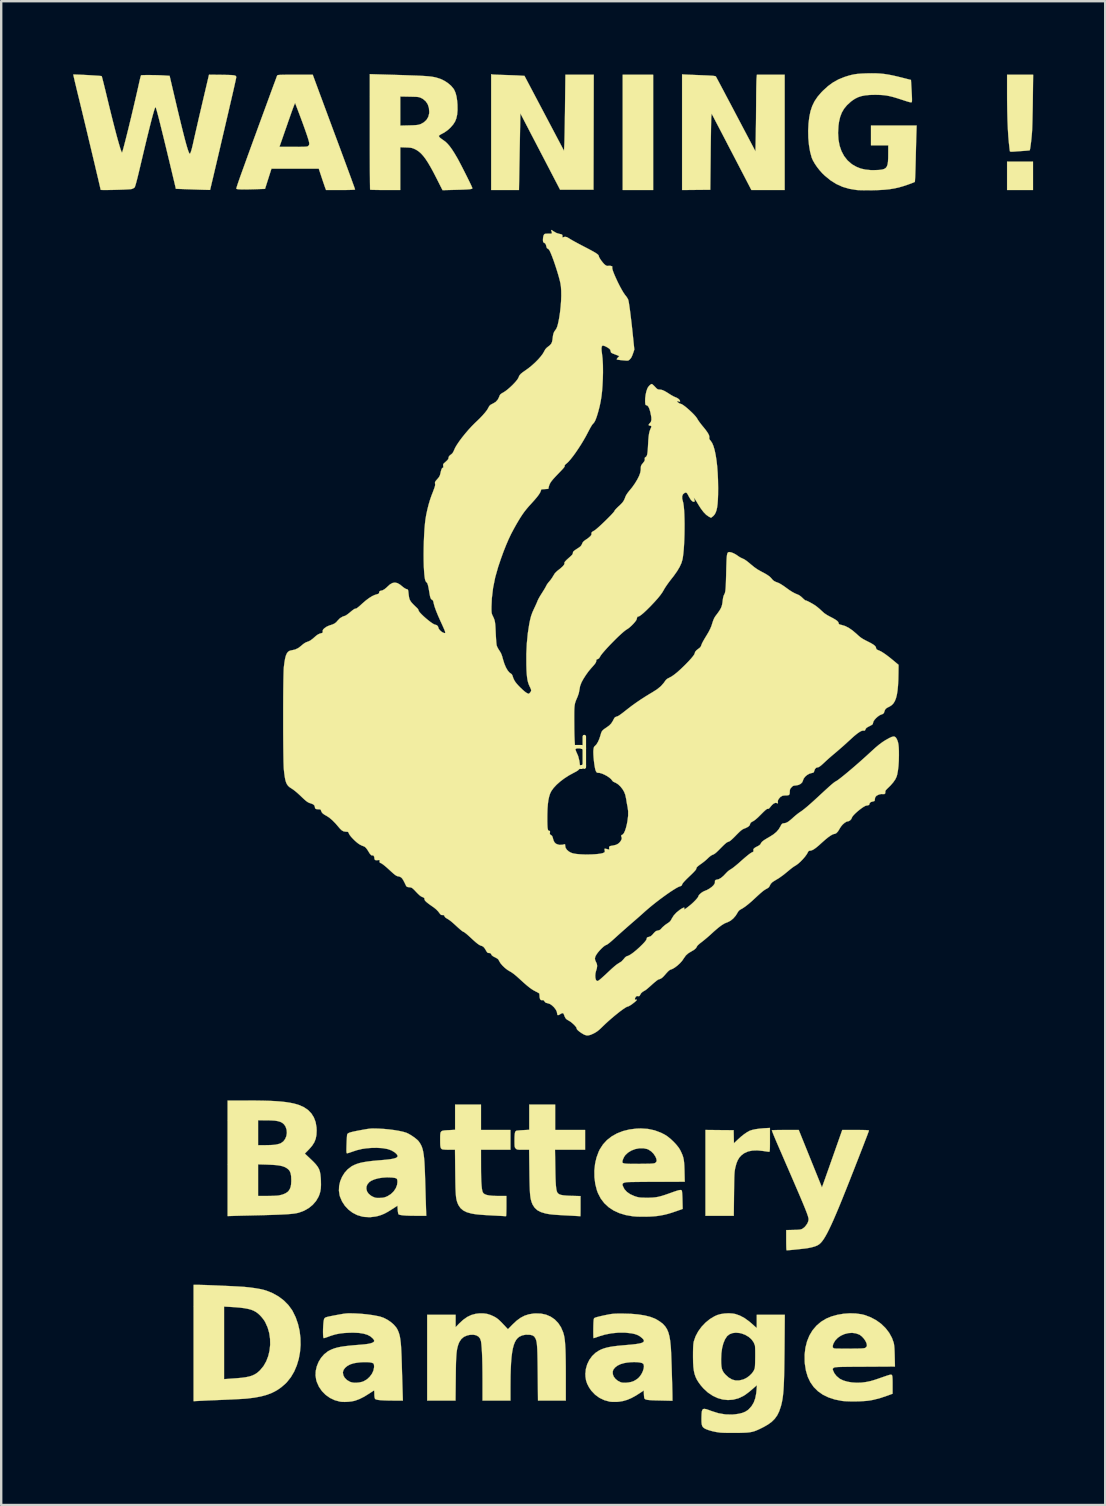
<source format=kicad_pcb>
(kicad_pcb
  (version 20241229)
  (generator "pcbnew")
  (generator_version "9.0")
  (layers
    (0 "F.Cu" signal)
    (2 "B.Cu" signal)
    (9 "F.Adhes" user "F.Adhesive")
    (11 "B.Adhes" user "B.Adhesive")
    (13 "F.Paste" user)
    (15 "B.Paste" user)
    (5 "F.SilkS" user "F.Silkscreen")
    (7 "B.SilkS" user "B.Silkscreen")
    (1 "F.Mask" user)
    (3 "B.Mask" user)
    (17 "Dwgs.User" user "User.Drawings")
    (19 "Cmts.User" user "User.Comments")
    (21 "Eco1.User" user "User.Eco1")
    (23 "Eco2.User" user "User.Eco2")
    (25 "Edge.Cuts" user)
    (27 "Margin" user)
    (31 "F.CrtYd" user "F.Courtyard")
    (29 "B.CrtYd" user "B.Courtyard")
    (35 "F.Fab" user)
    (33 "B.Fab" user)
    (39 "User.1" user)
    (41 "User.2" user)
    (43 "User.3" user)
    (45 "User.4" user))
  (footprint "Battery-damage"
    (layer "F.Cu")
    (at 20.005 28.344)
    (property "Reference" "Battery-damage" (at 0 0 0) (layer "F.SilkS") (effects (font (size 1.27 1.27) (thickness 0.15))))
    (attr through_hole)
    (fp_poly (pts (xy 4.17 -23.474) (xy 2.9 -23.474) (xy 2.9 -28.279) (xy 4.17 -28.279) (xy 4.17 -23.474)) (stroke (width 0.01) (type solid)) (fill yes) (layer "F.SilkS"))
    (fp_poly (pts (xy 20.003 -23.474) (xy 18.923 -23.474) (xy 18.923 -24.659) (xy 20.003 -24.659) (xy 20.003 -23.474)) (stroke (width 0.01) (type solid)) (fill yes) (layer "F.SilkS"))
    (fp_poly (pts (xy 19.996 -27.226) (xy 19.993 -27.006) (xy 19.989 -26.789) (xy 19.984 -26.58) (xy 19.98 -26.385) (xy 19.975 -26.21) (xy 19.97 -26.061) (xy 19.965 -25.943) (xy 19.96 -25.867) (xy 19.95 -25.746) (xy 19.938 -25.618) (xy 19.924 -25.492) (xy 19.909 -25.374) (xy 19.895 -25.271) (xy 19.882 -25.191) (xy 19.871 -25.141) (xy 19.865 -25.129) (xy 19.842 -25.124) (xy 19.785 -25.118) (xy 19.702 -25.111) (xy 19.601 -25.103) (xy 19.586 -25.102) (xy 19.468 -25.094) (xy 19.351 -25.086) (xy 19.25 -25.078) (xy 19.181 -25.073) (xy 19.099 -25.07) (xy 19.053 -25.077) (xy 19.04 -25.088) (xy 19.035 -25.118) (xy 19.027 -25.181) (xy 19.017 -25.27) (xy 19.005 -25.378) (xy 18.998 -25.442) (xy 18.974 -25.713) (xy 18.955 -26.026) (xy 18.94 -26.378) (xy 18.93 -26.771) (xy 18.924 -27.202) (xy 18.923 -27.501) (xy 18.923 -28.279) (xy 20.009 -28.279) (xy 19.996 -27.226)) (stroke (width 0.01) (type solid)) (fill yes) (layer "F.SilkS"))
    (fp_poly (pts (xy -2.535 -28.291) (xy -2.5 -28.287) (xy -2.429 -28.283) (xy -2.331 -28.279) (xy -2.213 -28.274) (xy -2.08 -28.27) (xy -2.053 -28.269) (xy -1.904 -28.264) (xy -1.754 -28.259) (xy -1.613 -28.254) (xy -1.492 -28.249) (xy -1.406 -28.244) (xy -1.193 -28.231) (xy -0.369 -26.67) (xy 0.455 -25.109) (xy 0.468 -25.387) (xy 0.471 -25.458) (xy 0.474 -25.568) (xy 0.477 -25.71) (xy 0.481 -25.881) (xy 0.484 -26.075) (xy 0.488 -26.288) (xy 0.491 -26.515) (xy 0.495 -26.752) (xy 0.497 -26.972) (xy 0.513 -28.279) (xy 1.694 -28.279) (xy 1.683 -23.484) (xy 0.292 -23.484) (xy -0.33 -24.68) (xy -0.446 -24.903) (xy -0.562 -25.125) (xy -0.675 -25.342) (xy -0.783 -25.55) (xy -0.884 -25.743) (xy -0.974 -25.917) (xy -1.052 -26.068) (xy -1.116 -26.19) (xy -1.159 -26.273) (xy -1.365 -26.67) (xy -1.381 -25.797) (xy -1.385 -25.569) (xy -1.39 -25.321) (xy -1.395 -25.063) (xy -1.399 -24.806) (xy -1.404 -24.562) (xy -1.408 -24.341) (xy -1.41 -24.199) (xy -1.423 -23.474) (xy -2.582 -23.474) (xy -2.582 -28.301) (xy -2.535 -28.291)) (stroke (width 0.01) (type solid)) (fill yes) (layer "F.SilkS"))
    (fp_poly (pts (xy 9.038 16.119) (xy 9.038 16.277) (xy 9.037 16.398) (xy 9.035 16.487) (xy 9.031 16.548) (xy 9.026 16.586) (xy 9.019 16.607) (xy 9.009 16.615) (xy 9.004 16.616) (xy 8.969 16.613) (xy 8.903 16.604) (xy 8.817 16.591) (xy 8.755 16.582) (xy 8.519 16.557) (xy 8.31 16.564) (xy 8.128 16.601) (xy 7.971 16.671) (xy 7.855 16.756) (xy 7.768 16.849) (xy 7.699 16.96) (xy 7.643 17.096) (xy 7.597 17.266) (xy 7.595 17.274) (xy 7.584 17.327) (xy 7.575 17.379) (xy 7.567 17.436) (xy 7.561 17.503) (xy 7.556 17.584) (xy 7.552 17.683) (xy 7.549 17.807) (xy 7.546 17.958) (xy 7.544 18.142) (xy 7.541 18.363) (xy 7.541 18.378) (xy 7.531 19.283) (xy 6.35 19.283) (xy 6.35 15.705) (xy 6.937 15.711) (xy 7.525 15.716) (xy 7.531 15.988) (xy 7.537 16.26) (xy 7.702 16.103) (xy 7.828 15.989) (xy 7.956 15.887) (xy 8.077 15.804) (xy 8.182 15.745) (xy 8.204 15.735) (xy 8.305 15.703) (xy 8.438 15.674) (xy 8.595 15.652) (xy 8.766 15.636) (xy 8.811 15.633) (xy 9.038 15.621) (xy 9.038 16.119)) (stroke (width 0.01) (type solid)) (fill yes) (layer "F.SilkS"))
    (fp_poly (pts (xy 5.519 -28.286) (xy 5.58 -28.283) (xy 5.676 -28.279) (xy 5.798 -28.274) (xy 5.94 -28.268) (xy 6.094 -28.262) (xy 6.212 -28.257) (xy 6.388 -28.25) (xy 6.526 -28.243) (xy 6.629 -28.237) (xy 6.703 -28.229) (xy 6.751 -28.221) (xy 6.777 -28.212) (xy 6.784 -28.207) (xy 6.797 -28.184) (xy 6.828 -28.126) (xy 6.876 -28.037) (xy 6.939 -27.919) (xy 7.016 -27.774) (xy 7.105 -27.607) (xy 7.204 -27.418) (xy 7.313 -27.212) (xy 7.43 -26.992) (xy 7.553 -26.759) (xy 7.62 -26.631) (xy 8.435 -25.086) (xy 8.448 -25.777) (xy 8.451 -25.982) (xy 8.455 -26.217) (xy 8.458 -26.467) (xy 8.46 -26.721) (xy 8.462 -26.965) (xy 8.464 -27.185) (xy 8.464 -27.212) (xy 8.465 -27.393) (xy 8.467 -27.568) (xy 8.469 -27.73) (xy 8.472 -27.874) (xy 8.475 -27.992) (xy 8.478 -28.078) (xy 8.48 -28.117) (xy 8.494 -28.279) (xy 9.652 -28.279) (xy 9.652 -23.474) (xy 8.265 -23.474) (xy 7.635 -24.686) (xy 7.519 -24.909) (xy 7.403 -25.131) (xy 7.29 -25.348) (xy 7.183 -25.555) (xy 7.083 -25.747) (xy 6.993 -25.92) (xy 6.915 -26.069) (xy 6.852 -26.189) (xy 6.806 -26.277) (xy 6.806 -26.277) (xy 6.608 -26.657) (xy 6.595 -26.542) (xy 6.593 -26.501) (xy 6.59 -26.423) (xy 6.587 -26.309) (xy 6.584 -26.164) (xy 6.581 -25.992) (xy 6.578 -25.797) (xy 6.574 -25.581) (xy 6.571 -25.35) (xy 6.568 -25.106) (xy 6.567 -24.956) (xy 6.551 -23.484) (xy 5.376 -23.473) (xy 5.376 -28.294) (xy 5.519 -28.286)) (stroke (width 0.01) (type solid)) (fill yes) (layer "F.SilkS"))
    (fp_poly (pts (xy -3.006 15.706) (xy -1.778 15.706) (xy -1.778 16.531) (xy -3.006 16.531) (xy -3.005 17.182) (xy -3.004 17.449) (xy -3 17.677) (xy -2.993 17.867) (xy -2.982 18.022) (xy -2.969 18.146) (xy -2.952 18.24) (xy -2.94 18.283) (xy -2.91 18.337) (xy -2.856 18.38) (xy -2.775 18.413) (xy -2.664 18.436) (xy -2.519 18.45) (xy -2.338 18.457) (xy -2.25 18.457) (xy -1.947 18.457) (xy -1.947 18.881) (xy -1.948 19.009) (xy -1.95 19.122) (xy -1.953 19.212) (xy -1.957 19.274) (xy -1.962 19.3) (xy -1.963 19.301) (xy -1.988 19.299) (xy -2.049 19.296) (xy -2.14 19.29) (xy -2.256 19.284) (xy -2.389 19.277) (xy -2.484 19.272) (xy -2.686 19.261) (xy -2.852 19.251) (xy -2.988 19.241) (xy -3.1 19.232) (xy -3.194 19.222) (xy -3.276 19.211) (xy -3.353 19.198) (xy -3.418 19.185) (xy -3.599 19.134) (xy -3.746 19.06) (xy -3.861 18.962) (xy -3.945 18.838) (xy -3.962 18.802) (xy -3.986 18.745) (xy -4.006 18.687) (xy -4.023 18.625) (xy -4.037 18.555) (xy -4.048 18.471) (xy -4.056 18.37) (xy -4.063 18.247) (xy -4.069 18.099) (xy -4.073 17.922) (xy -4.076 17.71) (xy -4.079 17.468) (xy -4.089 16.531) (xy -4.329 16.531) (xy -4.431 16.529) (xy -4.522 16.525) (xy -4.591 16.518) (xy -4.623 16.511) (xy -4.654 16.493) (xy -4.677 16.464) (xy -4.693 16.417) (xy -4.703 16.346) (xy -4.707 16.246) (xy -4.708 16.111) (xy -4.708 16.091) (xy -4.707 15.96) (xy -4.701 15.866) (xy -4.686 15.801) (xy -4.654 15.76) (xy -4.6 15.736) (xy -4.518 15.724) (xy -4.403 15.716) (xy -4.355 15.714) (xy -4.085 15.699) (xy -4.085 14.647) (xy -3.006 14.647) (xy -3.006 15.706)) (stroke (width 0.01) (type solid)) (fill yes) (layer "F.SilkS"))
    (fp_poly (pts (xy 0.085 15.706) (xy 1.333 15.706) (xy 1.333 16.531) (xy 0.079 16.531) (xy 0.091 17.267) (xy 0.095 17.505) (xy 0.1 17.705) (xy 0.107 17.87) (xy 0.115 18.004) (xy 0.126 18.11) (xy 0.138 18.193) (xy 0.153 18.255) (xy 0.171 18.302) (xy 0.188 18.33) (xy 0.224 18.366) (xy 0.275 18.395) (xy 0.347 18.416) (xy 0.444 18.432) (xy 0.572 18.443) (xy 0.737 18.451) (xy 0.778 18.452) (xy 1.143 18.462) (xy 1.143 18.883) (xy 1.143 19.011) (xy 1.142 19.123) (xy 1.141 19.213) (xy 1.14 19.274) (xy 1.138 19.301) (xy 1.138 19.301) (xy 1.116 19.299) (xy 1.058 19.296) (xy 0.969 19.291) (xy 0.856 19.284) (xy 0.723 19.277) (xy 0.62 19.272) (xy 0.415 19.261) (xy 0.247 19.251) (xy 0.11 19.242) (xy -0.003 19.233) (xy -0.097 19.223) (xy -0.177 19.212) (xy -0.251 19.199) (xy -0.323 19.184) (xy -0.328 19.183) (xy -0.507 19.129) (xy -0.652 19.054) (xy -0.764 18.954) (xy -0.847 18.829) (xy -0.861 18.801) (xy -0.887 18.738) (xy -0.908 18.674) (xy -0.927 18.605) (xy -0.942 18.526) (xy -0.954 18.433) (xy -0.964 18.322) (xy -0.971 18.188) (xy -0.977 18.027) (xy -0.982 17.836) (xy -0.986 17.609) (xy -0.988 17.436) (xy -1 16.531) (xy -1.252 16.531) (xy -1.36 16.531) (xy -1.434 16.528) (xy -1.483 16.522) (xy -1.516 16.512) (xy -1.541 16.494) (xy -1.557 16.479) (xy -1.578 16.456) (xy -1.592 16.431) (xy -1.601 16.397) (xy -1.606 16.344) (xy -1.608 16.266) (xy -1.609 16.155) (xy -1.609 16.142) (xy -1.607 16.001) (xy -1.601 15.897) (xy -1.591 15.824) (xy -1.574 15.776) (xy -1.55 15.749) (xy -1.534 15.74) (xy -1.499 15.733) (xy -1.432 15.726) (xy -1.343 15.719) (xy -1.246 15.713) (xy -0.995 15.699) (xy -0.995 14.647) (xy 0.085 14.647) (xy 0.085 15.706)) (stroke (width 0.01) (type solid)) (fill yes) (layer "F.SilkS"))
    (fp_poly (pts (xy -14.747 22.163) (xy -14.629 22.166) (xy -14.482 22.17) (xy -14.312 22.177) (xy -14.127 22.184) (xy -13.932 22.192) (xy -13.733 22.201) (xy -13.539 22.21) (xy -13.354 22.219) (xy -13.186 22.228) (xy -13.041 22.236) (xy -12.926 22.243) (xy -12.869 22.247) (xy -12.636 22.271) (xy -12.415 22.301) (xy -12.215 22.336) (xy -12.043 22.376) (xy -11.947 22.405) (xy -11.682 22.513) (xy -11.44 22.65) (xy -11.224 22.814) (xy -11.038 23.001) (xy -10.886 23.208) (xy -10.859 23.253) (xy -10.731 23.514) (xy -10.634 23.792) (xy -10.567 24.08) (xy -10.532 24.374) (xy -10.526 24.67) (xy -10.55 24.963) (xy -10.602 25.248) (xy -10.684 25.52) (xy -10.793 25.776) (xy -10.93 26.009) (xy -11.094 26.216) (xy -11.158 26.281) (xy -11.329 26.429) (xy -11.51 26.555) (xy -11.708 26.659) (xy -11.926 26.744) (xy -12.171 26.811) (xy -12.447 26.863) (xy -12.753 26.901) (xy -12.824 26.907) (xy -12.931 26.914) (xy -13.067 26.922) (xy -13.226 26.93) (xy -13.401 26.939) (xy -13.587 26.947) (xy -13.748 26.954) (xy -13.937 26.962) (xy -14.123 26.97) (xy -14.299 26.977) (xy -14.458 26.984) (xy -14.593 26.991) (xy -14.698 26.996) (xy -14.758 26.999) (xy -14.986 27.011) (xy -14.986 26.092) (xy -13.716 26.092) (xy -13.615 26.085) (xy -13.557 26.081) (xy -13.468 26.074) (xy -13.358 26.066) (xy -13.24 26.058) (xy -13.209 26.056) (xy -12.994 26.037) (xy -12.815 26.013) (xy -12.665 25.982) (xy -12.539 25.942) (xy -12.43 25.89) (xy -12.331 25.825) (xy -12.238 25.744) (xy -12.209 25.715) (xy -12.069 25.545) (xy -11.957 25.348) (xy -11.874 25.131) (xy -11.819 24.899) (xy -11.793 24.658) (xy -11.798 24.414) (xy -11.832 24.174) (xy -11.898 23.943) (xy -11.995 23.727) (xy -12.025 23.673) (xy -12.077 23.598) (xy -12.146 23.511) (xy -12.217 23.433) (xy -12.219 23.431) (xy -12.301 23.355) (xy -12.388 23.292) (xy -12.483 23.239) (xy -12.593 23.196) (xy -12.722 23.162) (xy -12.875 23.134) (xy -13.057 23.111) (xy -13.273 23.093) (xy -13.467 23.081) (xy -13.716 23.067) (xy -13.716 26.092) (xy -14.986 26.092) (xy -14.986 22.162) (xy -14.829 22.162) (xy -14.747 22.163)) (stroke (width 0.01) (type solid)) (fill yes) (layer "F.SilkS"))
    (fp_poly (pts (xy -2.753 23.372) (xy -2.605 23.418) (xy -2.477 23.476) (xy -2.402 23.516) (xy -2.337 23.559) (xy -2.272 23.611) (xy -2.199 23.679) (xy -2.108 23.772) (xy -2.096 23.785) (xy -1.883 24.011) (xy -1.687 23.811) (xy -1.519 23.654) (xy -1.356 23.535) (xy -1.19 23.448) (xy -1.015 23.391) (xy -0.821 23.359) (xy -0.73 23.353) (xy -0.502 23.361) (xy -0.292 23.406) (xy -0.101 23.488) (xy 0.067 23.603) (xy 0.211 23.752) (xy 0.329 23.931) (xy 0.418 24.14) (xy 0.452 24.259) (xy 0.469 24.343) (xy 0.484 24.443) (xy 0.496 24.562) (xy 0.506 24.704) (xy 0.515 24.871) (xy 0.521 25.067) (xy 0.525 25.294) (xy 0.528 25.557) (xy 0.529 25.858) (xy 0.529 25.977) (xy 0.529 26.988) (xy -0.63 26.988) (xy -0.641 25.86) (xy -0.644 25.588) (xy -0.647 25.354) (xy -0.651 25.155) (xy -0.655 24.988) (xy -0.66 24.85) (xy -0.667 24.736) (xy -0.675 24.644) (xy -0.684 24.569) (xy -0.696 24.509) (xy -0.709 24.46) (xy -0.725 24.418) (xy -0.74 24.387) (xy -0.787 24.316) (xy -0.849 24.273) (xy -0.936 24.248) (xy -0.973 24.243) (xy -1.139 24.239) (xy -1.288 24.268) (xy -1.413 24.327) (xy -1.481 24.384) (xy -1.542 24.458) (xy -1.594 24.552) (xy -1.639 24.668) (xy -1.677 24.808) (xy -1.708 24.976) (xy -1.733 25.172) (xy -1.752 25.401) (xy -1.765 25.663) (xy -1.774 25.962) (xy -1.777 26.3) (xy -1.778 26.432) (xy -1.778 26.988) (xy -2.942 26.988) (xy -2.942 26.146) (xy -2.944 25.808) (xy -2.948 25.502) (xy -2.954 25.229) (xy -2.964 24.992) (xy -2.976 24.791) (xy -2.99 24.629) (xy -3.006 24.511) (xy -3.044 24.4) (xy -3.112 24.318) (xy -3.207 24.264) (xy -3.327 24.24) (xy -3.47 24.246) (xy -3.586 24.272) (xy -3.719 24.33) (xy -3.827 24.422) (xy -3.909 24.546) (xy -3.934 24.604) (xy -3.96 24.676) (xy -3.981 24.749) (xy -3.999 24.826) (xy -4.014 24.913) (xy -4.026 25.012) (xy -4.035 25.13) (xy -4.043 25.269) (xy -4.049 25.435) (xy -4.053 25.631) (xy -4.056 25.862) (xy -4.058 26.051) (xy -4.068 26.988) (xy -5.249 26.988) (xy -5.249 23.41) (xy -4.064 23.41) (xy -4.064 23.926) (xy -3.921 23.779) (xy -3.75 23.621) (xy -3.581 23.501) (xy -3.407 23.418) (xy -3.225 23.369) (xy -3.08 23.352) (xy -2.906 23.351) (xy -2.753 23.372)) (stroke (width 0.01) (type solid)) (fill yes) (layer "F.SilkS"))
    (fp_poly (pts (xy 10.722 16.902) (xy 11.205 18.098) (xy 11.251 17.976) (xy 11.266 17.933) (xy 11.294 17.854) (xy 11.334 17.744) (xy 11.382 17.606) (xy 11.439 17.445) (xy 11.503 17.266) (xy 11.571 17.071) (xy 11.643 16.867) (xy 11.674 16.78) (xy 12.052 15.706) (xy 12.609 15.706) (xy 12.79 15.706) (xy 12.932 15.708) (xy 13.038 15.711) (xy 13.11 15.716) (xy 13.152 15.722) (xy 13.166 15.73) (xy 13.166 15.73) (xy 13.158 15.754) (xy 13.136 15.814) (xy 13.102 15.906) (xy 13.056 16.026) (xy 13 16.171) (xy 12.936 16.338) (xy 12.865 16.522) (xy 12.787 16.721) (xy 12.706 16.93) (xy 12.621 17.146) (xy 12.536 17.365) (xy 12.449 17.584) (xy 12.365 17.799) (xy 12.283 18.006) (xy 12.205 18.202) (xy 12.17 18.288) (xy 12.03 18.638) (xy 11.902 18.95) (xy 11.785 19.226) (xy 11.68 19.469) (xy 11.584 19.68) (xy 11.497 19.862) (xy 11.418 20.018) (xy 11.345 20.148) (xy 11.278 20.256) (xy 11.215 20.344) (xy 11.16 20.409) (xy 11.092 20.47) (xy 11.013 20.519) (xy 10.912 20.56) (xy 10.784 20.596) (xy 10.643 20.626) (xy 10.583 20.636) (xy 10.491 20.648) (xy 10.377 20.661) (xy 10.25 20.675) (xy 10.118 20.689) (xy 9.991 20.702) (xy 9.878 20.712) (xy 9.789 20.719) (xy 9.732 20.722) (xy 9.731 20.722) (xy 9.727 20.702) (xy 9.722 20.646) (xy 9.719 20.56) (xy 9.717 20.451) (xy 9.716 20.325) (xy 9.716 20.301) (xy 9.716 19.879) (xy 10.017 19.872) (xy 10.14 19.869) (xy 10.228 19.864) (xy 10.292 19.857) (xy 10.339 19.846) (xy 10.378 19.83) (xy 10.404 19.816) (xy 10.479 19.758) (xy 10.55 19.675) (xy 10.607 19.585) (xy 10.638 19.501) (xy 10.642 19.479) (xy 10.646 19.458) (xy 10.647 19.436) (xy 10.647 19.411) (xy 10.643 19.381) (xy 10.634 19.344) (xy 10.622 19.299) (xy 10.603 19.243) (xy 10.579 19.174) (xy 10.547 19.091) (xy 10.508 18.991) (xy 10.46 18.873) (xy 10.403 18.736) (xy 10.336 18.576) (xy 10.258 18.392) (xy 10.168 18.183) (xy 10.066 17.946) (xy 9.951 17.679) (xy 9.822 17.381) (xy 9.678 17.05) (xy 9.52 16.683) (xy 9.36 16.316) (xy 9.297 16.169) (xy 9.24 16.034) (xy 9.192 15.918) (xy 9.154 15.823) (xy 9.129 15.756) (xy 9.118 15.721) (xy 9.118 15.718) (xy 9.141 15.714) (xy 9.202 15.712) (xy 9.293 15.709) (xy 9.409 15.707) (xy 9.545 15.706) (xy 9.684 15.706) (xy 10.239 15.706) (xy 10.722 16.902)) (stroke (width 0.01) (type solid)) (fill yes) (layer "F.SilkS"))
    (fp_poly (pts (xy -12.39 14.48) (xy -12.075 14.485) (xy -11.795 14.493) (xy -11.547 14.506) (xy -11.328 14.523) (xy -11.134 14.545) (xy -10.962 14.572) (xy -10.808 14.603) (xy -10.669 14.641) (xy -10.595 14.665) (xy -10.39 14.755) (xy -10.217 14.872) (xy -10.078 15.015) (xy -9.972 15.184) (xy -9.899 15.378) (xy -9.862 15.596) (xy -9.856 15.727) (xy -9.865 15.915) (xy -9.897 16.076) (xy -9.955 16.222) (xy -10.044 16.362) (xy -10.168 16.506) (xy -10.183 16.521) (xy -10.349 16.691) (xy -10.117 16.909) (xy -9.987 17.034) (xy -9.887 17.142) (xy -9.812 17.24) (xy -9.758 17.337) (xy -9.722 17.441) (xy -9.699 17.561) (xy -9.685 17.705) (xy -9.679 17.816) (xy -9.676 17.996) (xy -9.683 18.144) (xy -9.704 18.273) (xy -9.738 18.391) (xy -9.778 18.489) (xy -9.882 18.667) (xy -10.02 18.826) (xy -10.188 18.962) (xy -10.38 19.072) (xy -10.591 19.15) (xy -10.655 19.166) (xy -10.728 19.181) (xy -10.816 19.194) (xy -10.923 19.205) (xy -11.051 19.216) (xy -11.205 19.225) (xy -11.387 19.234) (xy -11.601 19.242) (xy -11.849 19.25) (xy -12.135 19.258) (xy -12.255 19.261) (xy -12.459 19.266) (xy -12.656 19.271) (xy -12.841 19.275) (xy -13.009 19.279) (xy -13.153 19.283) (xy -13.27 19.286) (xy -13.352 19.289) (xy -13.383 19.29) (xy -13.568 19.296) (xy -13.568 18.457) (xy -12.298 18.457) (xy -11.933 18.457) (xy -11.801 18.456) (xy -11.672 18.452) (xy -11.558 18.447) (xy -11.468 18.44) (xy -11.43 18.435) (xy -11.287 18.401) (xy -11.163 18.351) (xy -11.067 18.289) (xy -11.023 18.243) (xy -10.974 18.166) (xy -10.941 18.081) (xy -10.922 17.979) (xy -10.914 17.849) (xy -10.914 17.778) (xy -10.92 17.63) (xy -10.94 17.516) (xy -10.975 17.426) (xy -11.03 17.355) (xy -11.105 17.296) (xy -11.182 17.253) (xy -11.273 17.219) (xy -11.384 17.193) (xy -11.521 17.173) (xy -11.688 17.16) (xy -11.892 17.151) (xy -11.901 17.15) (xy -12.298 17.139) (xy -12.298 18.457) (xy -13.568 18.457) (xy -13.568 16.341) (xy -12.298 16.341) (xy -12.007 16.34) (xy -11.884 16.338) (xy -11.763 16.334) (xy -11.655 16.328) (xy -11.576 16.32) (xy -11.572 16.319) (xy -11.483 16.301) (xy -11.397 16.277) (xy -11.344 16.255) (xy -11.244 16.182) (xy -11.169 16.081) (xy -11.119 15.961) (xy -11.098 15.831) (xy -11.108 15.698) (xy -11.15 15.573) (xy -11.165 15.545) (xy -11.218 15.471) (xy -11.284 15.413) (xy -11.367 15.369) (xy -11.472 15.338) (xy -11.605 15.317) (xy -11.771 15.307) (xy -11.943 15.304) (xy -12.298 15.303) (xy -12.298 16.341) (xy -13.568 16.341) (xy -13.568 14.478) (xy -12.744 14.478) (xy -12.39 14.48)) (stroke (width 0.01) (type solid)) (fill yes) (layer "F.SilkS"))
    (fp_poly (pts (xy -9.716 -27.458) (xy -9.636 -27.244) (xy -9.546 -27) (xy -9.449 -26.739) (xy -9.35 -26.471) (xy -9.252 -26.207) (xy -9.16 -25.958) (xy -9.086 -25.76) (xy -8.938 -25.363) (xy -8.805 -25.004) (xy -8.686 -24.682) (xy -8.581 -24.398) (xy -8.491 -24.153) (xy -8.415 -23.946) (xy -8.354 -23.777) (xy -8.307 -23.648) (xy -8.275 -23.557) (xy -8.258 -23.506) (xy -8.255 -23.494) (xy -8.276 -23.488) (xy -8.335 -23.483) (xy -8.429 -23.479) (xy -8.556 -23.476) (xy -8.71 -23.474) (xy -8.859 -23.474) (xy -9.464 -23.474) (xy -9.492 -23.543) (xy -9.507 -23.585) (xy -9.533 -23.659) (xy -9.567 -23.758) (xy -9.606 -23.873) (xy -9.644 -23.987) (xy -9.768 -24.363) (xy -11.74 -24.363) (xy -11.874 -23.942) (xy -12.008 -23.521) (xy -12.484 -23.505) (xy -12.7 -23.5) (xy -12.879 -23.498) (xy -13.021 -23.5) (xy -13.123 -23.506) (xy -13.185 -23.516) (xy -13.202 -23.525) (xy -13.204 -23.535) (xy -13.199 -23.559) (xy -13.188 -23.599) (xy -13.169 -23.659) (xy -13.143 -23.739) (xy -13.107 -23.843) (xy -13.062 -23.973) (xy -13.006 -24.13) (xy -12.938 -24.318) (xy -12.858 -24.539) (xy -12.766 -24.795) (xy -12.662 -25.082) (xy -12.603 -25.245) (xy -12.592 -25.273) (xy -11.408 -25.273) (xy -10.826 -25.273) (xy -10.654 -25.273) (xy -10.519 -25.274) (xy -10.417 -25.275) (xy -10.341 -25.278) (xy -10.288 -25.282) (xy -10.252 -25.288) (xy -10.228 -25.296) (xy -10.211 -25.307) (xy -10.2 -25.317) (xy -10.173 -25.353) (xy -10.164 -25.394) (xy -10.17 -25.459) (xy -10.171 -25.46) (xy -10.184 -25.516) (xy -10.211 -25.607) (xy -10.25 -25.73) (xy -10.301 -25.878) (xy -10.361 -26.05) (xy -10.429 -26.239) (xy -10.504 -26.442) (xy -10.584 -26.655) (xy -10.667 -26.874) (xy -10.731 -27.04) (xy -10.756 -27.104) (xy -10.807 -26.979) (xy -10.827 -26.926) (xy -10.859 -26.84) (xy -10.9 -26.727) (xy -10.947 -26.593) (xy -10.999 -26.445) (xy -11.054 -26.289) (xy -11.06 -26.27) (xy -11.116 -26.108) (xy -11.172 -25.949) (xy -11.224 -25.799) (xy -11.27 -25.666) (xy -11.308 -25.557) (xy -11.335 -25.481) (xy -11.335 -25.479) (xy -11.408 -25.273) (xy -12.592 -25.273) (xy -12.536 -25.429) (xy -12.462 -25.631) (xy -12.383 -25.846) (xy -12.301 -26.072) (xy -12.216 -26.304) (xy -12.13 -26.539) (xy -12.044 -26.773) (xy -11.96 -27.002) (xy -11.879 -27.223) (xy -11.803 -27.432) (xy -11.732 -27.625) (xy -11.668 -27.799) (xy -11.612 -27.949) (xy -11.566 -28.073) (xy -11.532 -28.167) (xy -11.51 -28.226) (xy -11.503 -28.242) (xy -11.497 -28.252) (xy -11.484 -28.259) (xy -11.459 -28.266) (xy -11.419 -28.27) (xy -11.359 -28.274) (xy -11.275 -28.276) (xy -11.164 -28.278) (xy -11.02 -28.278) (xy -10.839 -28.279) (xy -10.754 -28.279) (xy -10.019 -28.279) (xy -9.716 -27.458)) (stroke (width 0.01) (type solid)) (fill yes) (layer "F.SilkS"))
    (fp_poly (pts (xy 12.623 23.356) (xy 12.863 23.39) (xy 12.981 23.419) (xy 13.234 23.513) (xy 13.467 23.637) (xy 13.676 23.789) (xy 13.857 23.965) (xy 14.008 24.161) (xy 14.125 24.375) (xy 14.193 24.564) (xy 14.208 24.628) (xy 14.219 24.712) (xy 14.228 24.82) (xy 14.234 24.96) (xy 14.239 25.129) (xy 14.249 25.567) (xy 13.003 25.574) (xy 12.74 25.575) (xy 12.517 25.576) (xy 12.329 25.578) (xy 12.173 25.58) (xy 12.047 25.582) (xy 11.946 25.585) (xy 11.868 25.588) (xy 11.81 25.592) (xy 11.767 25.596) (xy 11.737 25.602) (xy 11.716 25.608) (xy 11.701 25.616) (xy 11.7 25.617) (xy 11.662 25.649) (xy 11.655 25.685) (xy 11.662 25.713) (xy 11.719 25.841) (xy 11.811 25.961) (xy 11.932 26.063) (xy 11.963 26.084) (xy 12.1 26.149) (xy 12.267 26.198) (xy 12.456 26.23) (xy 12.657 26.243) (xy 12.862 26.236) (xy 13.009 26.217) (xy 13.092 26.203) (xy 13.166 26.188) (xy 13.24 26.171) (xy 13.319 26.148) (xy 13.412 26.12) (xy 13.526 26.082) (xy 13.667 26.033) (xy 13.779 25.994) (xy 13.897 25.953) (xy 13.982 25.926) (xy 14.04 25.91) (xy 14.078 25.905) (xy 14.101 25.908) (xy 14.117 25.919) (xy 14.118 25.919) (xy 14.13 25.938) (xy 14.138 25.971) (xy 14.144 26.025) (xy 14.148 26.104) (xy 14.15 26.215) (xy 14.15 26.326) (xy 14.15 26.7) (xy 13.959 26.771) (xy 13.64 26.879) (xy 13.344 26.955) (xy 13.219 26.979) (xy 13.093 26.996) (xy 12.937 27.008) (xy 12.762 27.017) (xy 12.58 27.021) (xy 12.401 27.02) (xy 12.236 27.015) (xy 12.097 27.006) (xy 12.04 26.999) (xy 11.741 26.94) (xy 11.474 26.852) (xy 11.239 26.737) (xy 11.036 26.593) (xy 10.864 26.422) (xy 10.723 26.222) (xy 10.615 25.995) (xy 10.539 25.739) (xy 10.494 25.456) (xy 10.487 25.365) (xy 10.485 25.064) (xy 10.518 24.78) (xy 10.533 24.723) (xy 11.653 24.723) (xy 11.661 24.774) (xy 11.699 24.804) (xy 11.733 24.814) (xy 11.766 24.817) (xy 11.835 24.819) (xy 11.934 24.82) (xy 12.059 24.821) (xy 12.201 24.822) (xy 12.357 24.821) (xy 12.373 24.821) (xy 12.549 24.82) (xy 12.689 24.818) (xy 12.796 24.816) (xy 12.876 24.812) (xy 12.933 24.807) (xy 12.973 24.801) (xy 13.002 24.792) (xy 13.023 24.781) (xy 13.024 24.78) (xy 13.069 24.734) (xy 13.081 24.679) (xy 13.064 24.595) (xy 13.019 24.499) (xy 12.953 24.403) (xy 12.873 24.316) (xy 12.788 24.25) (xy 12.764 24.236) (xy 12.617 24.183) (xy 12.461 24.163) (xy 12.3 24.174) (xy 12.143 24.214) (xy 11.996 24.28) (xy 11.867 24.368) (xy 11.761 24.478) (xy 11.686 24.605) (xy 11.672 24.643) (xy 11.653 24.723) (xy 10.533 24.723) (xy 10.585 24.517) (xy 10.683 24.275) (xy 10.813 24.058) (xy 10.974 23.867) (xy 11.163 23.704) (xy 11.381 23.571) (xy 11.384 23.57) (xy 11.603 23.479) (xy 11.847 23.411) (xy 12.105 23.367) (xy 12.367 23.348) (xy 12.623 23.356)) (stroke (width 0.01) (type solid)) (fill yes) (layer "F.SilkS"))
    (fp_poly (pts (xy -7.181 -28.29) (xy -6.842 -28.28) (xy -6.542 -28.271) (xy -6.28 -28.263) (xy -6.05 -28.255) (xy -5.852 -28.248) (xy -5.681 -28.242) (xy -5.535 -28.235) (xy -5.411 -28.229) (xy -5.306 -28.222) (xy -5.217 -28.215) (xy -5.142 -28.208) (xy -5.077 -28.2) (xy -5.019 -28.191) (xy -4.966 -28.182) (xy -4.914 -28.171) (xy -4.872 -28.161) (xy -4.704 -28.108) (xy -4.539 -28.03) (xy -4.387 -27.932) (xy -4.256 -27.821) (xy -4.155 -27.702) (xy -4.122 -27.65) (xy -4.067 -27.524) (xy -4.027 -27.374) (xy -4 -27.194) (xy -3.987 -27.03) (xy -3.984 -26.806) (xy -4 -26.616) (xy -4.036 -26.454) (xy -4.087 -26.328) (xy -4.167 -26.203) (xy -4.277 -26.077) (xy -4.406 -25.961) (xy -4.542 -25.866) (xy -4.607 -25.832) (xy -4.679 -25.794) (xy -4.734 -25.759) (xy -4.761 -25.733) (xy -4.763 -25.728) (xy -4.748 -25.691) (xy -4.704 -25.644) (xy -4.625 -25.585) (xy -4.583 -25.557) (xy -4.49 -25.489) (xy -4.4 -25.403) (xy -4.308 -25.296) (xy -4.212 -25.163) (xy -4.107 -24.999) (xy -4.005 -24.827) (xy -3.961 -24.748) (xy -3.907 -24.646) (xy -3.844 -24.527) (xy -3.776 -24.395) (xy -3.706 -24.257) (xy -3.635 -24.117) (xy -3.568 -23.982) (xy -3.505 -23.855) (xy -3.451 -23.744) (xy -3.408 -23.652) (xy -3.379 -23.587) (xy -3.366 -23.552) (xy -3.365 -23.549) (xy -3.371 -23.535) (xy -3.391 -23.523) (xy -3.429 -23.514) (xy -3.489 -23.506) (xy -3.574 -23.499) (xy -3.69 -23.493) (xy -3.839 -23.487) (xy -4.026 -23.482) (xy -4.067 -23.481) (xy -4.609 -23.467) (xy -4.865 -23.973) (xy -4.994 -24.224) (xy -5.112 -24.439) (xy -5.219 -24.62) (xy -5.318 -24.771) (xy -5.413 -24.895) (xy -5.505 -24.996) (xy -5.596 -25.076) (xy -5.69 -25.14) (xy -5.757 -25.175) (xy -5.824 -25.205) (xy -5.882 -25.224) (xy -5.946 -25.237) (xy -6.027 -25.244) (xy -6.133 -25.248) (xy -6.371 -25.256) (xy -6.371 -23.474) (xy -6.992 -23.474) (xy -7.15 -23.474) (xy -7.294 -23.476) (xy -7.419 -23.478) (xy -7.519 -23.48) (xy -7.59 -23.483) (xy -7.624 -23.487) (xy -7.627 -23.488) (xy -7.629 -23.511) (xy -7.631 -23.573) (xy -7.632 -23.672) (xy -7.634 -23.806) (xy -7.635 -23.971) (xy -7.637 -24.165) (xy -7.638 -24.385) (xy -7.639 -24.629) (xy -7.64 -24.894) (xy -7.641 -25.176) (xy -7.641 -25.475) (xy -7.641 -25.786) (xy -7.641 -25.903) (xy -7.641 -26.158) (xy -6.371 -26.158) (xy -6.006 -26.167) (xy -5.866 -26.171) (xy -5.761 -26.176) (xy -5.681 -26.183) (xy -5.619 -26.192) (xy -5.567 -26.206) (xy -5.522 -26.222) (xy -5.384 -26.297) (xy -5.277 -26.398) (xy -5.203 -26.522) (xy -5.166 -26.665) (xy -5.162 -26.727) (xy -5.177 -26.898) (xy -5.226 -27.046) (xy -5.307 -27.169) (xy -5.42 -27.266) (xy -5.47 -27.294) (xy -5.515 -27.317) (xy -5.555 -27.333) (xy -5.597 -27.345) (xy -5.648 -27.353) (xy -5.717 -27.358) (xy -5.81 -27.361) (xy -5.935 -27.364) (xy -5.983 -27.365) (xy -6.371 -27.372) (xy -6.371 -26.158) (xy -7.641 -26.158) (xy -7.641 -28.304) (xy -7.181 -28.29)) (stroke (width 0.01) (type solid)) (fill yes) (layer "F.SilkS"))
    (fp_poly (pts (xy 3.955 15.663) (xy 4.232 15.722) (xy 4.497 15.821) (xy 4.652 15.9) (xy 4.775 15.98) (xy 4.904 16.085) (xy 5.03 16.204) (xy 5.145 16.329) (xy 5.24 16.45) (xy 5.296 16.542) (xy 5.349 16.65) (xy 5.391 16.747) (xy 5.422 16.841) (xy 5.444 16.94) (xy 5.459 17.053) (xy 5.469 17.188) (xy 5.475 17.353) (xy 5.477 17.425) (xy 5.487 17.865) (xy 4.336 17.866) (xy 4.115 17.867) (xy 3.904 17.868) (xy 3.706 17.87) (xy 3.526 17.872) (xy 3.37 17.874) (xy 3.24 17.876) (xy 3.141 17.879) (xy 3.079 17.882) (xy 3.063 17.883) (xy 2.97 17.901) (xy 2.915 17.927) (xy 2.892 17.966) (xy 2.899 18.022) (xy 2.903 18.035) (xy 2.971 18.172) (xy 3.076 18.288) (xy 3.217 18.386) (xy 3.396 18.465) (xy 3.42 18.473) (xy 3.491 18.495) (xy 3.554 18.511) (xy 3.62 18.521) (xy 3.699 18.527) (xy 3.803 18.529) (xy 3.905 18.53) (xy 4.046 18.529) (xy 4.167 18.523) (xy 4.28 18.511) (xy 4.391 18.491) (xy 4.511 18.46) (xy 4.647 18.418) (xy 4.809 18.362) (xy 4.905 18.328) (xy 5.049 18.276) (xy 5.16 18.24) (xy 5.24 18.217) (xy 5.297 18.208) (xy 5.334 18.21) (xy 5.357 18.224) (xy 5.367 18.24) (xy 5.373 18.273) (xy 5.379 18.34) (xy 5.385 18.434) (xy 5.39 18.547) (xy 5.392 18.637) (xy 5.401 18.997) (xy 5.143 19.088) (xy 4.949 19.154) (xy 4.779 19.205) (xy 4.62 19.244) (xy 4.457 19.274) (xy 4.323 19.294) (xy 4.183 19.307) (xy 4.015 19.317) (xy 3.833 19.321) (xy 3.651 19.321) (xy 3.482 19.316) (xy 3.339 19.305) (xy 3.318 19.303) (xy 3.024 19.252) (xy 2.757 19.171) (xy 2.519 19.061) (xy 2.31 18.922) (xy 2.132 18.756) (xy 1.985 18.562) (xy 1.871 18.342) (xy 1.826 18.222) (xy 1.758 17.957) (xy 1.723 17.68) (xy 1.72 17.399) (xy 1.749 17.122) (xy 1.77 17.027) (xy 2.886 17.027) (xy 2.89 17.061) (xy 2.906 17.079) (xy 2.932 17.092) (xy 2.973 17.103) (xy 3.033 17.11) (xy 3.118 17.115) (xy 3.23 17.118) (xy 3.375 17.119) (xy 3.557 17.118) (xy 3.599 17.118) (xy 3.778 17.116) (xy 3.919 17.114) (xy 4.027 17.112) (xy 4.108 17.108) (xy 4.167 17.103) (xy 4.208 17.097) (xy 4.237 17.088) (xy 4.258 17.077) (xy 4.261 17.076) (xy 4.304 17.032) (xy 4.317 16.973) (xy 4.299 16.893) (xy 4.263 16.811) (xy 4.189 16.699) (xy 4.091 16.6) (xy 3.979 16.526) (xy 3.921 16.501) (xy 3.763 16.468) (xy 3.594 16.469) (xy 3.424 16.502) (xy 3.263 16.563) (xy 3.12 16.651) (xy 3.007 16.758) (xy 2.965 16.82) (xy 2.928 16.893) (xy 2.9 16.966) (xy 2.886 17.027) (xy 1.77 17.027) (xy 1.809 16.857) (xy 1.9 16.61) (xy 1.947 16.514) (xy 2.08 16.308) (xy 2.245 16.128) (xy 2.441 15.975) (xy 2.664 15.849) (xy 2.913 15.752) (xy 3.184 15.685) (xy 3.476 15.649) (xy 3.662 15.643) (xy 3.955 15.663)) (stroke (width 0.01) (type solid)) (fill yes) (layer "F.SilkS"))
    (fp_poly (pts (xy 13.463 -28.337) (xy 13.631 -28.328) (xy 13.795 -28.312) (xy 13.965 -28.286) (xy 14.149 -28.251) (xy 14.355 -28.204) (xy 14.592 -28.145) (xy 14.607 -28.141) (xy 14.917 -28.062) (xy 14.93 -27.826) (xy 14.941 -27.641) (xy 14.949 -27.492) (xy 14.955 -27.377) (xy 14.958 -27.291) (xy 14.959 -27.229) (xy 14.958 -27.187) (xy 14.955 -27.16) (xy 14.95 -27.143) (xy 14.947 -27.138) (xy 14.934 -27.129) (xy 14.907 -27.129) (xy 14.861 -27.137) (xy 14.791 -27.156) (xy 14.693 -27.186) (xy 14.56 -27.23) (xy 14.538 -27.237) (xy 14.343 -27.3) (xy 14.179 -27.349) (xy 14.035 -27.385) (xy 13.902 -27.411) (xy 13.772 -27.428) (xy 13.635 -27.437) (xy 13.481 -27.441) (xy 13.43 -27.442) (xy 13.206 -27.437) (xy 13.016 -27.42) (xy 12.853 -27.388) (xy 12.709 -27.341) (xy 12.577 -27.274) (xy 12.45 -27.188) (xy 12.404 -27.151) (xy 12.249 -27.009) (xy 12.127 -26.861) (xy 12.034 -26.701) (xy 11.965 -26.521) (xy 11.917 -26.314) (xy 11.894 -26.147) (xy 11.878 -25.853) (xy 11.894 -25.578) (xy 11.941 -25.325) (xy 12.02 -25.095) (xy 12.129 -24.89) (xy 12.267 -24.713) (xy 12.435 -24.565) (xy 12.476 -24.536) (xy 12.646 -24.439) (xy 12.826 -24.368) (xy 13.023 -24.324) (xy 13.244 -24.303) (xy 13.46 -24.304) (xy 13.601 -24.311) (xy 13.714 -24.326) (xy 13.801 -24.352) (xy 13.866 -24.394) (xy 13.912 -24.456) (xy 13.942 -24.542) (xy 13.959 -24.657) (xy 13.967 -24.806) (xy 13.969 -24.993) (xy 13.97 -25.337) (xy 13.25 -25.337) (xy 13.25 -26.162) (xy 15.153 -26.162) (xy 15.143 -25.86) (xy 15.14 -25.771) (xy 15.136 -25.645) (xy 15.132 -25.491) (xy 15.128 -25.315) (xy 15.123 -25.123) (xy 15.118 -24.923) (xy 15.114 -24.721) (xy 15.113 -24.693) (xy 15.108 -24.505) (xy 15.103 -24.331) (xy 15.098 -24.174) (xy 15.093 -24.04) (xy 15.087 -23.933) (xy 15.083 -23.857) (xy 15.078 -23.816) (xy 15.077 -23.811) (xy 15.051 -23.799) (xy 14.994 -23.775) (xy 14.913 -23.744) (xy 14.816 -23.709) (xy 14.796 -23.701) (xy 14.594 -23.634) (xy 14.403 -23.579) (xy 14.214 -23.538) (xy 14.018 -23.506) (xy 13.805 -23.485) (xy 13.568 -23.471) (xy 13.314 -23.464) (xy 13.162 -23.462) (xy 13.012 -23.462) (xy 12.873 -23.465) (xy 12.755 -23.468) (xy 12.667 -23.473) (xy 12.65 -23.475) (xy 12.348 -23.524) (xy 12.067 -23.606) (xy 11.806 -23.724) (xy 11.558 -23.88) (xy 11.321 -24.075) (xy 11.224 -24.168) (xy 11.112 -24.293) (xy 11.004 -24.43) (xy 10.908 -24.571) (xy 10.831 -24.705) (xy 10.779 -24.823) (xy 10.777 -24.831) (xy 10.711 -25.077) (xy 10.665 -25.352) (xy 10.638 -25.645) (xy 10.632 -25.948) (xy 10.647 -26.252) (xy 10.679 -26.515) (xy 10.729 -26.759) (xy 10.801 -26.976) (xy 10.898 -27.175) (xy 11.026 -27.364) (xy 11.188 -27.552) (xy 11.248 -27.613) (xy 11.458 -27.804) (xy 11.67 -27.959) (xy 11.893 -28.083) (xy 12.137 -28.182) (xy 12.197 -28.202) (xy 12.333 -28.244) (xy 12.454 -28.275) (xy 12.569 -28.298) (xy 12.689 -28.314) (xy 12.826 -28.325) (xy 12.988 -28.333) (xy 13.083 -28.336) (xy 13.283 -28.339) (xy 13.463 -28.337)) (stroke (width 0.01) (type solid)) (fill yes) (layer "F.SilkS"))
    (fp_poly (pts (xy -7.433 15.645) (xy -7.33 15.648) (xy -7.292 15.649) (xy -7.059 15.662) (xy -6.83 15.684) (xy -6.612 15.712) (xy -6.413 15.746) (xy -6.242 15.784) (xy -6.119 15.821) (xy -6.041 15.857) (xy -5.945 15.911) (xy -5.843 15.977) (xy -5.747 16.047) (xy -5.666 16.113) (xy -5.613 16.166) (xy -5.561 16.239) (xy -5.516 16.313) (xy -5.477 16.395) (xy -5.445 16.487) (xy -5.419 16.595) (xy -5.397 16.72) (xy -5.379 16.869) (xy -5.364 17.044) (xy -5.353 17.251) (xy -5.343 17.492) (xy -5.335 17.737) (xy -5.329 17.931) (xy -5.323 18.133) (xy -5.317 18.334) (xy -5.312 18.524) (xy -5.306 18.694) (xy -5.302 18.833) (xy -5.301 18.865) (xy -5.288 19.283) (xy -5.729 19.283) (xy -5.951 19.281) (xy -6.131 19.274) (xy -6.27 19.263) (xy -6.37 19.248) (xy -6.43 19.229) (xy -6.444 19.219) (xy -6.456 19.188) (xy -6.467 19.127) (xy -6.476 19.048) (xy -6.477 19.029) (xy -6.488 18.862) (xy -6.728 19.018) (xy -6.888 19.117) (xy -7.029 19.193) (xy -7.162 19.249) (xy -7.297 19.291) (xy -7.393 19.313) (xy -7.628 19.342) (xy -7.863 19.331) (xy -7.964 19.314) (xy -8.171 19.252) (xy -8.362 19.153) (xy -8.534 19.022) (xy -8.681 18.864) (xy -8.799 18.682) (xy -8.884 18.481) (xy -8.9 18.424) (xy -8.928 18.235) (xy -8.925 18.173) (xy -7.783 18.173) (xy -7.752 18.275) (xy -7.685 18.37) (xy -7.585 18.451) (xy -7.529 18.481) (xy -7.459 18.513) (xy -7.401 18.531) (xy -7.339 18.539) (xy -7.257 18.539) (xy -7.217 18.538) (xy -7.117 18.532) (xy -7.04 18.519) (xy -6.969 18.495) (xy -6.895 18.462) (xy -6.758 18.375) (xy -6.643 18.263) (xy -6.557 18.134) (xy -6.504 17.996) (xy -6.489 17.879) (xy -6.492 17.805) (xy -6.506 17.755) (xy -6.539 17.723) (xy -6.598 17.704) (xy -6.689 17.691) (xy -6.736 17.687) (xy -6.928 17.681) (xy -7.115 17.694) (xy -7.292 17.722) (xy -7.449 17.766) (xy -7.579 17.823) (xy -7.658 17.876) (xy -7.738 17.968) (xy -7.779 18.069) (xy -7.783 18.173) (xy -8.925 18.173) (xy -8.919 18.04) (xy -8.875 17.846) (xy -8.798 17.662) (xy -8.693 17.492) (xy -8.561 17.345) (xy -8.406 17.226) (xy -8.393 17.218) (xy -8.294 17.167) (xy -8.186 17.122) (xy -8.064 17.084) (xy -7.921 17.052) (xy -7.754 17.024) (xy -7.556 16.999) (xy -7.324 16.977) (xy -7.186 16.966) (xy -6.973 16.947) (xy -6.8 16.927) (xy -6.667 16.904) (xy -6.57 16.877) (xy -6.509 16.845) (xy -6.482 16.808) (xy -6.487 16.765) (xy -6.522 16.713) (xy -6.586 16.653) (xy -6.607 16.637) (xy -6.738 16.558) (xy -6.906 16.5) (xy -7.108 16.464) (xy -7.346 16.45) (xy -7.559 16.453) (xy -7.78 16.47) (xy -7.977 16.499) (xy -8.166 16.545) (xy -8.356 16.607) (xy -8.444 16.638) (xy -8.519 16.662) (xy -8.572 16.677) (xy -8.589 16.679) (xy -8.6 16.675) (xy -8.608 16.657) (xy -8.613 16.621) (xy -8.615 16.562) (xy -8.614 16.472) (xy -8.611 16.348) (xy -8.609 16.304) (xy -8.605 16.179) (xy -8.599 16.068) (xy -8.593 15.978) (xy -8.587 15.915) (xy -8.583 15.89) (xy -8.567 15.864) (xy -8.539 15.842) (xy -8.494 15.82) (xy -8.427 15.799) (xy -8.333 15.776) (xy -8.207 15.749) (xy -8.044 15.718) (xy -8.033 15.716) (xy -7.886 15.689) (xy -7.771 15.669) (xy -7.678 15.656) (xy -7.598 15.648) (xy -7.519 15.644) (xy -7.433 15.645)) (stroke (width 0.01) (type solid)) (fill yes) (layer "F.SilkS"))
    (fp_poly (pts (xy 2.9 23.36) (xy 3.24 23.369) (xy 3.545 23.395) (xy 3.814 23.437) (xy 4.047 23.495) (xy 4.242 23.569) (xy 4.33 23.616) (xy 4.468 23.704) (xy 4.582 23.795) (xy 4.674 23.896) (xy 4.747 24.01) (xy 4.804 24.143) (xy 4.847 24.301) (xy 4.879 24.488) (xy 4.902 24.71) (xy 4.91 24.807) (xy 4.914 24.89) (xy 4.92 25.008) (xy 4.926 25.156) (xy 4.932 25.328) (xy 4.939 25.517) (xy 4.945 25.716) (xy 4.951 25.92) (xy 4.957 26.122) (xy 4.963 26.316) (xy 4.967 26.495) (xy 4.971 26.653) (xy 4.973 26.785) (xy 4.974 26.882) (xy 4.974 26.901) (xy 4.974 26.994) (xy 4.45 26.982) (xy 4.268 26.978) (xy 4.124 26.972) (xy 4.013 26.965) (xy 3.931 26.956) (xy 3.873 26.943) (xy 3.835 26.926) (xy 3.812 26.905) (xy 3.8 26.878) (xy 3.799 26.873) (xy 3.793 26.828) (xy 3.787 26.759) (xy 3.784 26.697) (xy 3.778 26.564) (xy 3.651 26.65) (xy 3.446 26.781) (xy 3.26 26.882) (xy 3.087 26.955) (xy 2.919 27.004) (xy 2.75 27.032) (xy 2.666 27.039) (xy 2.563 27.041) (xy 2.463 27.039) (xy 2.382 27.033) (xy 2.36 27.03) (xy 2.136 26.969) (xy 1.931 26.871) (xy 1.75 26.739) (xy 1.594 26.575) (xy 1.497 26.434) (xy 1.42 26.285) (xy 1.372 26.14) (xy 1.349 25.984) (xy 1.346 25.876) (xy 1.356 25.769) (xy 2.486 25.769) (xy 2.486 25.876) (xy 2.524 25.981) (xy 2.595 26.077) (xy 2.693 26.159) (xy 2.814 26.22) (xy 2.836 26.228) (xy 2.918 26.242) (xy 3.025 26.243) (xy 3.141 26.232) (xy 3.253 26.21) (xy 3.344 26.18) (xy 3.347 26.179) (xy 3.429 26.135) (xy 3.511 26.08) (xy 3.55 26.048) (xy 3.626 25.965) (xy 3.69 25.867) (xy 3.74 25.762) (xy 3.773 25.658) (xy 3.786 25.564) (xy 3.776 25.488) (xy 3.751 25.447) (xy 3.698 25.418) (xy 3.611 25.397) (xy 3.498 25.384) (xy 3.367 25.381) (xy 3.226 25.387) (xy 3.081 25.402) (xy 2.959 25.424) (xy 2.81 25.467) (xy 2.683 25.529) (xy 2.583 25.606) (xy 2.514 25.692) (xy 2.486 25.769) (xy 1.356 25.769) (xy 1.365 25.671) (xy 1.421 25.474) (xy 1.51 25.29) (xy 1.629 25.127) (xy 1.774 24.99) (xy 1.916 24.898) (xy 2.012 24.852) (xy 2.114 24.813) (xy 2.227 24.78) (xy 2.357 24.751) (xy 2.509 24.726) (xy 2.688 24.704) (xy 2.901 24.684) (xy 3.062 24.67) (xy 3.276 24.651) (xy 3.45 24.631) (xy 3.586 24.609) (xy 3.685 24.584) (xy 3.75 24.554) (xy 3.782 24.52) (xy 3.785 24.48) (xy 3.759 24.433) (xy 3.707 24.378) (xy 3.705 24.377) (xy 3.61 24.302) (xy 3.508 24.248) (xy 3.388 24.208) (xy 3.269 24.183) (xy 3.003 24.154) (xy 2.72 24.154) (xy 2.432 24.182) (xy 2.152 24.237) (xy 1.94 24.3) (xy 1.846 24.333) (xy 1.767 24.36) (xy 1.711 24.378) (xy 1.687 24.384) (xy 1.682 24.364) (xy 1.678 24.308) (xy 1.676 24.223) (xy 1.675 24.115) (xy 1.676 23.991) (xy 1.676 23.983) (xy 1.679 23.838) (xy 1.683 23.73) (xy 1.688 23.653) (xy 1.694 23.601) (xy 1.703 23.568) (xy 1.715 23.548) (xy 1.717 23.547) (xy 1.75 23.53) (xy 1.821 23.507) (xy 1.922 23.481) (xy 2.049 23.451) (xy 2.119 23.436) (xy 2.25 23.409) (xy 2.354 23.389) (xy 2.443 23.375) (xy 2.528 23.367) (xy 2.621 23.362) (xy 2.731 23.36) (xy 2.871 23.36) (xy 2.9 23.36)) (stroke (width 0.01) (type solid)) (fill yes) (layer "F.SilkS"))
    (fp_poly (pts (xy 7.489 23.358) (xy 7.599 23.378) (xy 7.787 23.444) (xy 7.976 23.545) (xy 8.169 23.684) (xy 8.273 23.772) (xy 8.488 23.964) (xy 8.488 23.41) (xy 9.657 23.41) (xy 9.646 24.823) (xy 9.642 25.17) (xy 9.638 25.477) (xy 9.634 25.749) (xy 9.628 25.989) (xy 9.621 26.199) (xy 9.613 26.382) (xy 9.603 26.544) (xy 9.591 26.685) (xy 9.577 26.811) (xy 9.561 26.923) (xy 9.542 27.026) (xy 9.521 27.122) (xy 9.497 27.215) (xy 9.489 27.241) (xy 9.423 27.435) (xy 9.341 27.602) (xy 9.238 27.745) (xy 9.11 27.872) (xy 8.95 27.988) (xy 8.755 28.098) (xy 8.713 28.119) (xy 8.593 28.178) (xy 8.49 28.224) (xy 8.397 28.26) (xy 8.306 28.286) (xy 8.21 28.305) (xy 8.102 28.318) (xy 7.973 28.325) (xy 7.817 28.33) (xy 7.641 28.333) (xy 7.486 28.333) (xy 7.334 28.333) (xy 7.195 28.33) (xy 7.076 28.327) (xy 6.986 28.322) (xy 6.953 28.319) (xy 6.792 28.295) (xy 6.634 28.261) (xy 6.491 28.22) (xy 6.375 28.177) (xy 6.355 28.168) (xy 6.292 28.132) (xy 6.246 28.092) (xy 6.214 28.041) (xy 6.195 27.973) (xy 6.186 27.879) (xy 6.184 27.754) (xy 6.185 27.679) (xy 6.19 27.541) (xy 6.199 27.441) (xy 6.22 27.374) (xy 6.256 27.339) (xy 6.312 27.331) (xy 6.395 27.347) (xy 6.507 27.386) (xy 6.602 27.422) (xy 6.891 27.513) (xy 7.177 27.562) (xy 7.462 27.569) (xy 7.579 27.559) (xy 7.756 27.533) (xy 7.899 27.496) (xy 8.017 27.446) (xy 8.118 27.38) (xy 8.156 27.347) (xy 8.272 27.218) (xy 8.362 27.068) (xy 8.426 26.891) (xy 8.467 26.683) (xy 8.481 26.545) (xy 8.495 26.343) (xy 8.285 26.527) (xy 8.19 26.607) (xy 8.089 26.685) (xy 7.996 26.752) (xy 7.926 26.796) (xy 7.719 26.892) (xy 7.505 26.947) (xy 7.288 26.963) (xy 7.07 26.94) (xy 6.856 26.88) (xy 6.649 26.782) (xy 6.451 26.649) (xy 6.267 26.479) (xy 6.16 26.356) (xy 6.07 26.235) (xy 5.997 26.12) (xy 5.941 26.004) (xy 5.898 25.881) (xy 5.867 25.743) (xy 5.847 25.584) (xy 5.836 25.398) (xy 5.834 25.267) (xy 7.003 25.267) (xy 7.006 25.43) (xy 7.016 25.558) (xy 7.036 25.661) (xy 7.068 25.746) (xy 7.114 25.821) (xy 7.176 25.896) (xy 7.182 25.902) (xy 7.318 26.025) (xy 7.457 26.107) (xy 7.602 26.147) (xy 7.754 26.147) (xy 7.917 26.108) (xy 7.944 26.098) (xy 8.071 26.035) (xy 8.188 25.949) (xy 8.289 25.848) (xy 8.364 25.74) (xy 8.405 25.64) (xy 8.411 25.591) (xy 8.417 25.509) (xy 8.421 25.403) (xy 8.423 25.28) (xy 8.425 25.15) (xy 8.425 25.02) (xy 8.424 24.9) (xy 8.421 24.799) (xy 8.417 24.724) (xy 8.412 24.688) (xy 8.359 24.557) (xy 8.271 24.436) (xy 8.153 24.331) (xy 8.011 24.246) (xy 7.852 24.187) (xy 7.78 24.171) (xy 7.62 24.156) (xy 7.476 24.173) (xy 7.353 24.221) (xy 7.257 24.297) (xy 7.251 24.303) (xy 7.165 24.433) (xy 7.096 24.598) (xy 7.045 24.794) (xy 7.014 25.017) (xy 7.003 25.264) (xy 7.003 25.267) (xy 5.834 25.267) (xy 5.832 25.178) (xy 5.832 25.114) (xy 5.833 24.945) (xy 5.836 24.81) (xy 5.841 24.705) (xy 5.848 24.622) (xy 5.858 24.553) (xy 5.869 24.506) (xy 5.941 24.3) (xy 6.05 24.098) (xy 6.189 23.908) (xy 6.353 23.736) (xy 6.536 23.587) (xy 6.732 23.47) (xy 6.847 23.419) (xy 6.989 23.379) (xy 7.153 23.355) (xy 7.325 23.347) (xy 7.489 23.358)) (stroke (width 0.01) (type solid)) (fill yes) (layer "F.SilkS"))
    (fp_poly (pts (xy -8.357 23.351) (xy -8.244 23.354) (xy -8.001 23.368) (xy -7.756 23.392) (xy -7.52 23.424) (xy -7.308 23.464) (xy -7.209 23.486) (xy -7.059 23.538) (xy -6.908 23.616) (xy -6.764 23.713) (xy -6.639 23.822) (xy -6.541 23.937) (xy -6.502 23.998) (xy -6.465 24.073) (xy -6.434 24.151) (xy -6.407 24.235) (xy -6.385 24.331) (xy -6.367 24.443) (xy -6.351 24.574) (xy -6.338 24.73) (xy -6.328 24.914) (xy -6.318 25.132) (xy -6.31 25.386) (xy -6.308 25.442) (xy -6.303 25.636) (xy -6.297 25.838) (xy -6.291 26.039) (xy -6.285 26.229) (xy -6.28 26.399) (xy -6.276 26.538) (xy -6.275 26.569) (xy -6.262 26.988) (xy -6.65 26.986) (xy -6.869 26.984) (xy -7.048 26.978) (xy -7.19 26.97) (xy -7.296 26.958) (xy -7.37 26.942) (xy -7.413 26.922) (xy -7.422 26.912) (xy -7.439 26.866) (xy -7.449 26.787) (xy -7.451 26.719) (xy -7.452 26.644) (xy -7.456 26.589) (xy -7.461 26.565) (xy -7.462 26.564) (xy -7.483 26.575) (xy -7.532 26.605) (xy -7.6 26.65) (xy -7.666 26.693) (xy -7.872 26.821) (xy -8.068 26.92) (xy -8.248 26.987) (xy -8.287 26.998) (xy -8.404 27.021) (xy -8.542 27.036) (xy -8.682 27.042) (xy -8.81 27.038) (xy -8.883 27.029) (xy -9.102 26.97) (xy -9.303 26.874) (xy -9.482 26.747) (xy -9.635 26.592) (xy -9.759 26.412) (xy -9.849 26.211) (xy -9.874 26.126) (xy -9.902 25.939) (xy -9.896 25.82) (xy -8.763 25.82) (xy -8.743 25.935) (xy -8.684 26.04) (xy -8.591 26.131) (xy -8.468 26.202) (xy -8.431 26.217) (xy -8.332 26.239) (xy -8.21 26.243) (xy -8.08 26.231) (xy -7.959 26.204) (xy -7.891 26.178) (xy -7.758 26.099) (xy -7.644 25.993) (xy -7.552 25.869) (xy -7.49 25.735) (xy -7.462 25.599) (xy -7.461 25.573) (xy -7.466 25.497) (xy -7.481 25.452) (xy -7.5 25.432) (xy -7.559 25.407) (xy -7.65 25.391) (xy -7.767 25.383) (xy -7.901 25.383) (xy -8.043 25.392) (xy -8.185 25.409) (xy -8.32 25.433) (xy -8.321 25.434) (xy -8.458 25.478) (xy -8.577 25.542) (xy -8.67 25.62) (xy -8.734 25.708) (xy -8.762 25.801) (xy -8.763 25.82) (xy -9.896 25.82) (xy -9.893 25.746) (xy -9.849 25.555) (xy -9.774 25.371) (xy -9.671 25.203) (xy -9.543 25.056) (xy -9.393 24.937) (xy -9.318 24.895) (xy -9.217 24.848) (xy -9.111 24.808) (xy -8.993 24.775) (xy -8.86 24.746) (xy -8.703 24.722) (xy -8.519 24.7) (xy -8.3 24.679) (xy -8.185 24.67) (xy -8.006 24.655) (xy -7.863 24.642) (xy -7.751 24.628) (xy -7.664 24.613) (xy -7.596 24.596) (xy -7.542 24.577) (xy -7.512 24.563) (xy -7.466 24.53) (xy -7.455 24.492) (xy -7.478 24.443) (xy -7.513 24.399) (xy -7.612 24.312) (xy -7.74 24.244) (xy -7.9 24.196) (xy -8.092 24.166) (xy -8.32 24.155) (xy -8.498 24.158) (xy -8.714 24.17) (xy -8.9 24.192) (xy -9.07 24.226) (xy -9.236 24.275) (xy -9.341 24.312) (xy -9.426 24.344) (xy -9.499 24.368) (xy -9.548 24.382) (xy -9.561 24.384) (xy -9.574 24.364) (xy -9.583 24.31) (xy -9.588 24.229) (xy -9.59 24.13) (xy -9.589 24.02) (xy -9.584 23.906) (xy -9.577 23.798) (xy -9.568 23.701) (xy -9.556 23.625) (xy -9.542 23.577) (xy -9.539 23.572) (xy -9.524 23.551) (xy -9.506 23.534) (xy -9.479 23.519) (xy -9.438 23.505) (xy -9.377 23.489) (xy -9.293 23.471) (xy -9.178 23.448) (xy -9.029 23.42) (xy -8.975 23.41) (xy -8.838 23.385) (xy -8.73 23.367) (xy -8.64 23.356) (xy -8.556 23.35) (xy -8.466 23.349) (xy -8.357 23.351)) (stroke (width 0.01) (type solid)) (fill yes) (layer "F.SilkS"))
    (fp_poly (pts (xy -19.916 -28.287) (xy -19.827 -28.284) (xy -19.716 -28.28) (xy -19.59 -28.274) (xy -19.455 -28.267) (xy -19.318 -28.259) (xy -19.185 -28.251) (xy -19.063 -28.243) (xy -18.958 -28.236) (xy -18.878 -28.229) (xy -18.829 -28.224) (xy -18.816 -28.221) (xy -18.809 -28.198) (xy -18.792 -28.137) (xy -18.768 -28.044) (xy -18.737 -27.923) (xy -18.701 -27.778) (xy -18.66 -27.612) (xy -18.617 -27.431) (xy -18.586 -27.305) (xy -18.501 -26.952) (xy -18.42 -26.624) (xy -18.344 -26.321) (xy -18.273 -26.045) (xy -18.209 -25.799) (xy -18.15 -25.583) (xy -18.098 -25.401) (xy -18.054 -25.252) (xy -18.018 -25.14) (xy -17.989 -25.066) (xy -17.971 -25.033) (xy -17.962 -25.049) (xy -17.944 -25.102) (xy -17.919 -25.19) (xy -17.887 -25.309) (xy -17.849 -25.455) (xy -17.805 -25.626) (xy -17.757 -25.818) (xy -17.705 -26.027) (xy -17.651 -26.25) (xy -17.594 -26.483) (xy -17.537 -26.724) (xy -17.479 -26.969) (xy -17.422 -27.214) (xy -17.366 -27.456) (xy -17.312 -27.691) (xy -17.271 -27.874) (xy -17.244 -27.993) (xy -17.22 -28.098) (xy -17.199 -28.181) (xy -17.183 -28.235) (xy -17.176 -28.255) (xy -17.151 -28.259) (xy -17.09 -28.262) (xy -17.001 -28.264) (xy -16.891 -28.265) (xy -16.766 -28.264) (xy -16.633 -28.263) (xy -16.501 -28.26) (xy -16.374 -28.256) (xy -16.262 -28.251) (xy -16.2 -28.247) (xy -15.985 -28.233) (xy -15.952 -28.092) (xy -15.848 -27.647) (xy -15.753 -27.243) (xy -15.667 -26.877) (xy -15.588 -26.548) (xy -15.517 -26.256) (xy -15.453 -25.997) (xy -15.396 -25.771) (xy -15.346 -25.577) (xy -15.302 -25.414) (xy -15.263 -25.279) (xy -15.23 -25.171) (xy -15.202 -25.089) (xy -15.178 -25.032) (xy -15.159 -24.998) (xy -15.144 -24.986) (xy -15.135 -24.989) (xy -15.113 -25.028) (xy -15.086 -25.104) (xy -15.054 -25.218) (xy -15.017 -25.372) (xy -14.977 -25.552) (xy -14.958 -25.639) (xy -14.93 -25.761) (xy -14.895 -25.914) (xy -14.854 -26.093) (xy -14.808 -26.293) (xy -14.759 -26.508) (xy -14.706 -26.733) (xy -14.652 -26.963) (xy -14.623 -27.089) (xy -14.343 -28.281) (xy -13.81 -28.275) (xy -13.634 -28.272) (xy -13.497 -28.269) (xy -13.392 -28.264) (xy -13.316 -28.256) (xy -13.264 -28.246) (xy -13.232 -28.231) (xy -13.215 -28.212) (xy -13.209 -28.187) (xy -13.208 -28.172) (xy -13.213 -28.144) (xy -13.226 -28.079) (xy -13.247 -27.982) (xy -13.275 -27.857) (xy -13.308 -27.709) (xy -13.346 -27.542) (xy -13.388 -27.362) (xy -13.409 -27.27) (xy -13.48 -26.966) (xy -13.551 -26.659) (xy -13.623 -26.351) (xy -13.694 -26.045) (xy -13.765 -25.743) (xy -13.834 -25.449) (xy -13.9 -25.164) (xy -13.964 -24.892) (xy -14.024 -24.636) (xy -14.08 -24.398) (xy -14.131 -24.182) (xy -14.176 -23.989) (xy -14.216 -23.823) (xy -14.248 -23.686) (xy -14.273 -23.582) (xy -14.29 -23.512) (xy -14.298 -23.48) (xy -14.298 -23.478) (xy -14.32 -23.478) (xy -14.379 -23.478) (xy -14.47 -23.481) (xy -14.589 -23.484) (xy -14.73 -23.488) (xy -14.889 -23.494) (xy -15.014 -23.498) (xy -15.725 -23.524) (xy -15.739 -23.589) (xy -15.746 -23.621) (xy -15.763 -23.69) (xy -15.787 -23.793) (xy -15.819 -23.925) (xy -15.857 -24.084) (xy -15.9 -24.266) (xy -15.948 -24.465) (xy -15.999 -24.68) (xy -16.054 -24.906) (xy -16.058 -24.924) (xy -16.151 -25.31) (xy -16.235 -25.655) (xy -16.31 -25.959) (xy -16.375 -26.222) (xy -16.431 -26.443) (xy -16.478 -26.623) (xy -16.516 -26.762) (xy -16.545 -26.86) (xy -16.564 -26.916) (xy -16.572 -26.93) (xy -16.585 -26.918) (xy -16.606 -26.865) (xy -16.636 -26.772) (xy -16.675 -26.638) (xy -16.722 -26.465) (xy -16.777 -26.253) (xy -16.84 -26.002) (xy -16.912 -25.712) (xy -16.991 -25.385) (xy -17.078 -25.021) (xy -17.173 -24.619) (xy -17.21 -24.463) (xy -17.268 -24.218) (xy -17.318 -24.013) (xy -17.36 -23.849) (xy -17.394 -23.724) (xy -17.42 -23.638) (xy -17.439 -23.59) (xy -17.445 -23.58) (xy -17.491 -23.547) (xy -17.554 -23.519) (xy -17.563 -23.516) (xy -17.602 -23.51) (xy -17.674 -23.504) (xy -17.773 -23.498) (xy -17.892 -23.492) (xy -18.025 -23.487) (xy -18.167 -23.483) (xy -18.31 -23.479) (xy -18.449 -23.476) (xy -18.577 -23.475) (xy -18.689 -23.474) (xy -18.777 -23.475) (xy -18.836 -23.478) (xy -18.859 -23.483) (xy -18.86 -23.483) (xy -18.864 -23.507) (xy -18.878 -23.569) (xy -18.9 -23.666) (xy -18.93 -23.794) (xy -18.966 -23.949) (xy -19.009 -24.128) (xy -19.056 -24.328) (xy -19.107 -24.546) (xy -19.162 -24.777) (xy -19.22 -25.02) (xy -19.279 -25.269) (xy -19.34 -25.523) (xy -19.4 -25.777) (xy -19.46 -26.028) (xy -19.519 -26.273) (xy -19.576 -26.508) (xy -19.629 -26.73) (xy -19.679 -26.936) (xy -19.724 -27.122) (xy -19.762 -27.28) (xy -19.811 -27.478) (xy -19.856 -27.664) (xy -19.896 -27.833) (xy -19.932 -27.981) (xy -19.96 -28.105) (xy -19.982 -28.199) (xy -19.995 -28.261) (xy -20 -28.286) (xy -20 -28.286) (xy -19.975 -28.288) (xy -19.916 -28.287)) (stroke (width 0.01) (type solid)) (fill yes) (layer "F.SilkS"))
    (fp_poly (pts (xy -0.06 -21.804) (xy -0.016 -21.776) (xy 0.015 -21.753) (xy 0.144 -21.68) (xy 0.257 -21.647) (xy 0.329 -21.631) (xy 0.369 -21.616) (xy 0.386 -21.597) (xy 0.389 -21.566) (xy 0.389 -21.552) (xy 0.389 -21.508) (xy 0.403 -21.497) (xy 0.424 -21.506) (xy 0.495 -21.525) (xy 0.575 -21.51) (xy 0.668 -21.457) (xy 0.676 -21.451) (xy 0.724 -21.421) (xy 0.803 -21.375) (xy 0.907 -21.317) (xy 1.029 -21.251) (xy 1.163 -21.18) (xy 1.266 -21.126) (xy 1.444 -21.034) (xy 1.586 -20.958) (xy 1.698 -20.896) (xy 1.781 -20.846) (xy 1.841 -20.805) (xy 1.879 -20.771) (xy 1.899 -20.743) (xy 1.905 -20.717) (xy 1.905 -20.717) (xy 1.918 -20.675) (xy 1.954 -20.612) (xy 2.003 -20.538) (xy 2.061 -20.463) (xy 2.119 -20.397) (xy 2.169 -20.351) (xy 2.233 -20.313) (xy 2.283 -20.309) (xy 2.287 -20.31) (xy 2.339 -20.316) (xy 2.403 -20.311) (xy 2.406 -20.31) (xy 2.456 -20.295) (xy 2.47 -20.274) (xy 2.467 -20.264) (xy 2.463 -20.224) (xy 2.475 -20.162) (xy 2.503 -20.075) (xy 2.549 -19.958) (xy 2.613 -19.811) (xy 2.694 -19.637) (xy 2.777 -19.472) (xy 2.858 -19.323) (xy 2.933 -19.196) (xy 2.999 -19.1) (xy 3.028 -19.064) (xy 3.077 -18.999) (xy 3.117 -18.931) (xy 3.13 -18.902) (xy 3.144 -18.848) (xy 3.161 -18.754) (xy 3.18 -18.625) (xy 3.203 -18.464) (xy 3.227 -18.273) (xy 3.253 -18.057) (xy 3.281 -17.817) (xy 3.309 -17.558) (xy 3.322 -17.434) (xy 3.385 -16.823) (xy 3.342 -16.694) (xy 3.303 -16.587) (xy 3.269 -16.51) (xy 3.232 -16.453) (xy 3.188 -16.406) (xy 3.162 -16.384) (xy 3.137 -16.37) (xy 3.104 -16.363) (xy 3.053 -16.363) (xy 2.975 -16.369) (xy 2.9 -16.376) (xy 2.805 -16.385) (xy 2.726 -16.396) (xy 2.672 -16.405) (xy 2.653 -16.411) (xy 2.657 -16.434) (xy 2.684 -16.473) (xy 2.698 -16.488) (xy 2.758 -16.55) (xy 2.707 -16.572) (xy 2.66 -16.591) (xy 2.591 -16.618) (xy 2.529 -16.642) (xy 2.46 -16.67) (xy 2.421 -16.694) (xy 2.405 -16.72) (xy 2.401 -16.751) (xy 2.381 -16.817) (xy 2.338 -16.862) (xy 2.274 -16.906) (xy 2.202 -16.946) (xy 2.133 -16.976) (xy 2.08 -16.99) (xy 2.062 -16.988) (xy 2.03 -16.954) (xy 2.017 -16.881) (xy 2.021 -16.77) (xy 2.032 -16.692) (xy 2.06 -16.456) (xy 2.076 -16.182) (xy 2.079 -15.875) (xy 2.072 -15.6) (xy 2.058 -15.326) (xy 2.04 -15.085) (xy 2.015 -14.867) (xy 1.982 -14.663) (xy 1.94 -14.462) (xy 1.887 -14.257) (xy 1.861 -14.165) (xy 1.813 -14.012) (xy 1.769 -13.895) (xy 1.727 -13.809) (xy 1.683 -13.749) (xy 1.659 -13.727) (xy 1.632 -13.694) (xy 1.591 -13.63) (xy 1.541 -13.543) (xy 1.487 -13.441) (xy 1.453 -13.376) (xy 1.365 -13.209) (xy 1.266 -13.036) (xy 1.16 -12.861) (xy 1.049 -12.69) (xy 0.939 -12.528) (xy 0.832 -12.381) (xy 0.732 -12.254) (xy 0.644 -12.153) (xy 0.57 -12.082) (xy 0.554 -12.07) (xy 0.508 -12.03) (xy 0.483 -11.997) (xy 0.481 -11.986) (xy 0.484 -11.968) (xy 0.478 -11.947) (xy 0.46 -11.917) (xy 0.426 -11.875) (xy 0.373 -11.816) (xy 0.296 -11.735) (xy 0.212 -11.648) (xy 0.095 -11.525) (xy 0.005 -11.426) (xy -0.063 -11.344) (xy -0.111 -11.275) (xy -0.144 -11.212) (xy -0.167 -11.151) (xy -0.176 -11.121) (xy -0.201 -11.017) (xy -0.346 -11.007) (xy -0.491 -10.996) (xy -0.518 -10.917) (xy -0.548 -10.851) (xy -0.599 -10.771) (xy -0.674 -10.672) (xy -0.775 -10.553) (xy -0.9 -10.414) (xy -1.01 -10.293) (xy -1.105 -10.181) (xy -1.192 -10.072) (xy -1.273 -9.959) (xy -1.355 -9.835) (xy -1.442 -9.693) (xy -1.54 -9.526) (xy -1.636 -9.353) (xy -1.748 -9.143) (xy -1.856 -8.916) (xy -1.962 -8.669) (xy -2.07 -8.396) (xy -2.18 -8.091) (xy -2.292 -7.758) (xy -2.414 -7.328) (xy -2.502 -6.891) (xy -2.554 -6.455) (xy -2.569 -6.117) (xy -2.57 -6) (xy -2.568 -5.916) (xy -2.563 -5.856) (xy -2.553 -5.808) (xy -2.537 -5.765) (xy -2.513 -5.715) (xy -2.513 -5.715) (xy -2.481 -5.648) (xy -2.456 -5.587) (xy -2.437 -5.526) (xy -2.423 -5.455) (xy -2.412 -5.369) (xy -2.404 -5.26) (xy -2.397 -5.121) (xy -2.392 -5.006) (xy -2.385 -4.868) (xy -2.377 -4.739) (xy -2.369 -4.628) (xy -2.36 -4.543) (xy -2.352 -4.49) (xy -2.35 -4.483) (xy -2.325 -4.422) (xy -2.285 -4.347) (xy -2.251 -4.293) (xy -2.209 -4.228) (xy -2.177 -4.173) (xy -2.152 -4.116) (xy -2.127 -4.046) (xy -2.1 -3.951) (xy -2.083 -3.89) (xy -2.03 -3.722) (xy -1.968 -3.576) (xy -1.899 -3.455) (xy -1.828 -3.367) (xy -1.763 -3.319) (xy -1.721 -3.286) (xy -1.692 -3.229) (xy -1.68 -3.188) (xy -1.653 -3.112) (xy -1.61 -3.026) (xy -1.576 -2.972) (xy -1.519 -2.898) (xy -1.443 -2.813) (xy -1.356 -2.725) (xy -1.267 -2.641) (xy -1.184 -2.569) (xy -1.115 -2.519) (xy -1.088 -2.503) (xy -1.038 -2.481) (xy -1.008 -2.481) (xy -0.979 -2.505) (xy -0.961 -2.526) (xy -0.928 -2.569) (xy -0.914 -2.608) (xy -0.921 -2.654) (xy -0.947 -2.719) (xy -0.972 -2.769) (xy -1.011 -2.856) (xy -1.042 -2.946) (xy -1.067 -3.047) (xy -1.085 -3.165) (xy -1.099 -3.306) (xy -1.109 -3.477) (xy -1.115 -3.683) (xy -1.116 -4.136) (xy -1.095 -4.577) (xy -1.054 -4.997) (xy -0.993 -5.391) (xy -0.961 -5.546) (xy -0.919 -5.712) (xy -0.865 -5.864) (xy -0.794 -6.022) (xy -0.746 -6.123) (xy -0.702 -6.22) (xy -0.666 -6.302) (xy -0.647 -6.352) (xy -0.621 -6.409) (xy -0.578 -6.489) (xy -0.523 -6.582) (xy -0.466 -6.672) (xy -0.407 -6.766) (xy -0.352 -6.855) (xy -0.31 -6.929) (xy -0.286 -6.977) (xy -0.252 -7.038) (xy -0.2 -7.109) (xy -0.161 -7.154) (xy -0.101 -7.226) (xy -0.039 -7.315) (xy 0.002 -7.384) (xy 0.075 -7.5) (xy 0.168 -7.592) (xy 0.187 -7.607) (xy 0.311 -7.705) (xy 0.399 -7.785) (xy 0.452 -7.848) (xy 0.474 -7.895) (xy 0.473 -7.913) (xy 0.471 -7.937) (xy 0.482 -7.965) (xy 0.51 -8.001) (xy 0.558 -8.051) (xy 0.631 -8.118) (xy 0.727 -8.203) (xy 0.79 -8.265) (xy 0.82 -8.315) (xy 0.826 -8.346) (xy 0.828 -8.373) (xy 0.839 -8.397) (xy 0.863 -8.424) (xy 0.908 -8.459) (xy 0.976 -8.506) (xy 1.076 -8.57) (xy 1.079 -8.572) (xy 1.151 -8.629) (xy 1.195 -8.695) (xy 1.207 -8.725) (xy 1.231 -8.779) (xy 1.267 -8.824) (xy 1.325 -8.871) (xy 1.376 -8.906) (xy 1.481 -8.98) (xy 1.555 -9.046) (xy 1.595 -9.1) (xy 1.6 -9.136) (xy 1.597 -9.182) (xy 1.627 -9.224) (xy 1.696 -9.266) (xy 1.711 -9.274) (xy 1.752 -9.301) (xy 1.815 -9.352) (xy 1.894 -9.421) (xy 1.986 -9.504) (xy 2.084 -9.597) (xy 2.185 -9.694) (xy 2.283 -9.791) (xy 2.374 -9.883) (xy 2.452 -9.965) (xy 2.512 -10.032) (xy 2.55 -10.08) (xy 2.561 -10.102) (xy 2.576 -10.129) (xy 2.617 -10.176) (xy 2.676 -10.237) (xy 2.737 -10.295) (xy 2.828 -10.38) (xy 2.894 -10.452) (xy 2.941 -10.52) (xy 2.98 -10.598) (xy 3.015 -10.691) (xy 3.046 -10.755) (xy 3.096 -10.833) (xy 3.156 -10.911) (xy 3.167 -10.924) (xy 3.297 -11.083) (xy 3.411 -11.245) (xy 3.507 -11.403) (xy 3.582 -11.551) (xy 3.631 -11.684) (xy 3.652 -11.796) (xy 3.653 -11.811) (xy 3.655 -11.897) (xy 3.661 -11.954) (xy 3.675 -11.998) (xy 3.703 -12.04) (xy 3.747 -12.095) (xy 3.796 -12.159) (xy 3.819 -12.205) (xy 3.822 -12.245) (xy 3.82 -12.257) (xy 3.818 -12.306) (xy 3.845 -12.336) (xy 3.852 -12.34) (xy 3.88 -12.36) (xy 3.901 -12.39) (xy 3.918 -12.435) (xy 3.931 -12.502) (xy 3.942 -12.595) (xy 3.951 -12.719) (xy 3.959 -12.869) (xy 3.969 -13.05) (xy 3.982 -13.195) (xy 3.998 -13.311) (xy 4.019 -13.406) (xy 4.046 -13.485) (xy 4.072 -13.542) (xy 4.096 -13.603) (xy 4.087 -13.638) (xy 4.045 -13.652) (xy 4.031 -13.652) (xy 3.989 -13.663) (xy 3.983 -13.693) (xy 4.012 -13.736) (xy 4.03 -13.753) (xy 4.076 -13.81) (xy 4.097 -13.888) (xy 4.095 -13.991) (xy 4.085 -14.058) (xy 4.051 -14.224) (xy 4.014 -14.349) (xy 3.974 -14.436) (xy 3.929 -14.487) (xy 3.89 -14.503) (xy 3.865 -14.51) (xy 3.85 -14.528) (xy 3.842 -14.566) (xy 3.837 -14.635) (xy 3.835 -14.668) (xy 3.839 -14.799) (xy 3.857 -14.941) (xy 3.886 -15.076) (xy 3.925 -15.191) (xy 3.939 -15.222) (xy 3.98 -15.285) (xy 4.032 -15.34) (xy 4.083 -15.378) (xy 4.114 -15.388) (xy 4.139 -15.374) (xy 4.183 -15.335) (xy 4.238 -15.281) (xy 4.246 -15.272) (xy 4.305 -15.211) (xy 4.347 -15.176) (xy 4.386 -15.16) (xy 4.433 -15.155) (xy 4.443 -15.155) (xy 4.5 -15.15) (xy 4.562 -15.133) (xy 4.634 -15.101) (xy 4.725 -15.05) (xy 4.841 -14.977) (xy 4.86 -14.964) (xy 4.944 -14.913) (xy 5.024 -14.869) (xy 5.089 -14.84) (xy 5.104 -14.834) (xy 5.173 -14.804) (xy 5.235 -14.76) (xy 5.278 -14.713) (xy 5.292 -14.676) (xy 5.289 -14.654) (xy 5.273 -14.65) (xy 5.231 -14.663) (xy 5.219 -14.668) (xy 5.179 -14.677) (xy 5.165 -14.67) (xy 5.181 -14.641) (xy 5.222 -14.606) (xy 5.27 -14.576) (xy 5.311 -14.563) (xy 5.314 -14.563) (xy 5.357 -14.548) (xy 5.424 -14.507) (xy 5.506 -14.447) (xy 5.598 -14.371) (xy 5.694 -14.286) (xy 5.788 -14.198) (xy 5.873 -14.112) (xy 5.944 -14.032) (xy 5.993 -13.966) (xy 6.009 -13.939) (xy 6.039 -13.888) (xy 6.09 -13.814) (xy 6.156 -13.726) (xy 6.229 -13.634) (xy 6.244 -13.617) (xy 6.352 -13.484) (xy 6.43 -13.376) (xy 6.481 -13.289) (xy 6.508 -13.221) (xy 6.512 -13.165) (xy 6.51 -13.153) (xy 6.508 -13.111) (xy 6.529 -13.067) (xy 6.57 -13.017) (xy 6.629 -12.929) (xy 6.683 -12.802) (xy 6.731 -12.639) (xy 6.773 -12.442) (xy 6.809 -12.216) (xy 6.838 -11.964) (xy 6.859 -11.687) (xy 6.873 -11.39) (xy 6.878 -11.075) (xy 6.878 -11.028) (xy 6.876 -10.777) (xy 6.868 -10.565) (xy 6.855 -10.388) (xy 6.836 -10.241) (xy 6.809 -10.121) (xy 6.774 -10.025) (xy 6.731 -9.948) (xy 6.678 -9.887) (xy 6.64 -9.856) (xy 6.581 -9.812) (xy 6.486 -9.862) (xy 6.379 -9.937) (xy 6.269 -10.051) (xy 6.154 -10.204) (xy 6.06 -10.352) (xy 6.006 -10.442) (xy 5.957 -10.522) (xy 5.917 -10.583) (xy 5.895 -10.615) (xy 5.87 -10.644) (xy 5.866 -10.641) (xy 5.875 -10.615) (xy 5.898 -10.542) (xy 5.901 -10.5) (xy 5.885 -10.481) (xy 5.858 -10.477) (xy 5.802 -10.499) (xy 5.741 -10.562) (xy 5.675 -10.667) (xy 5.652 -10.71) (xy 5.608 -10.793) (xy 5.573 -10.842) (xy 5.541 -10.862) (xy 5.506 -10.858) (xy 5.48 -10.847) (xy 5.413 -10.791) (xy 5.379 -10.71) (xy 5.38 -10.606) (xy 5.408 -10.5) (xy 5.428 -10.417) (xy 5.445 -10.297) (xy 5.459 -10.146) (xy 5.469 -9.969) (xy 5.475 -9.773) (xy 5.479 -9.563) (xy 5.478 -9.344) (xy 5.475 -9.122) (xy 5.468 -8.902) (xy 5.458 -8.691) (xy 5.445 -8.494) (xy 5.428 -8.316) (xy 5.408 -8.163) (xy 5.395 -8.086) (xy 5.352 -7.934) (xy 5.277 -7.769) (xy 5.171 -7.589) (xy 5.03 -7.39) (xy 4.945 -7.281) (xy 4.859 -7.171) (xy 4.776 -7.058) (xy 4.704 -6.954) (xy 4.647 -6.866) (xy 4.62 -6.818) (xy 4.558 -6.711) (xy 4.474 -6.592) (xy 4.366 -6.458) (xy 4.23 -6.306) (xy 4.065 -6.131) (xy 4.024 -6.09) (xy 3.889 -5.956) (xy 3.772 -5.847) (xy 3.676 -5.767) (xy 3.602 -5.715) (xy 3.553 -5.694) (xy 3.548 -5.694) (xy 3.524 -5.69) (xy 3.507 -5.671) (xy 3.493 -5.626) (xy 3.483 -5.582) (xy 3.46 -5.534) (xy 3.411 -5.469) (xy 3.345 -5.393) (xy 3.269 -5.316) (xy 3.191 -5.245) (xy 3.12 -5.19) (xy 3.078 -5.164) (xy 3.019 -5.125) (xy 2.937 -5.059) (xy 2.838 -4.972) (xy 2.726 -4.869) (xy 2.607 -4.753) (xy 2.485 -4.63) (xy 2.364 -4.506) (xy 2.25 -4.384) (xy 2.148 -4.27) (xy 2.061 -4.169) (xy 1.996 -4.085) (xy 1.957 -4.024) (xy 1.953 -4.015) (xy 1.915 -3.954) (xy 1.868 -3.925) (xy 1.858 -3.922) (xy 1.814 -3.905) (xy 1.8 -3.867) (xy 1.799 -3.853) (xy 1.794 -3.815) (xy 1.777 -3.774) (xy 1.742 -3.722) (xy 1.686 -3.654) (xy 1.606 -3.564) (xy 1.586 -3.542) (xy 1.476 -3.411) (xy 1.364 -3.255) (xy 1.26 -3.092) (xy 1.182 -2.948) (xy 1.124 -2.794) (xy 1.101 -2.662) (xy 1.071 -2.502) (xy 1.022 -2.36) (xy 0.985 -2.274) (xy 0.954 -2.201) (xy 0.931 -2.137) (xy 0.912 -2.074) (xy 0.899 -2.007) (xy 0.89 -1.932) (xy 0.884 -1.841) (xy 0.881 -1.73) (xy 0.88 -1.592) (xy 0.88 -1.422) (xy 0.881 -1.259) (xy 0.883 -0.977) (xy 0.888 -0.735) (xy 0.896 -0.532) (xy 0.907 -0.367) (xy 0.92 -0.237) (xy 0.937 -0.14) (xy 0.957 -0.077) (xy 0.962 -0.065) (xy 1.042 0.115) (xy 1.094 0.318) (xy 1.114 0.47) (xy 1.119 0.556) (xy 1.11 0.622) (xy 1.082 0.675) (xy 1.03 0.722) (xy 0.949 0.772) (xy 0.864 0.816) (xy 0.66 0.927) (xy 0.469 1.05) (xy 0.295 1.182) (xy 0.143 1.317) (xy 0.018 1.452) (xy -0.075 1.582) (xy -0.125 1.683) (xy -0.165 1.81) (xy -0.197 1.955) (xy -0.219 2.123) (xy -0.234 2.319) (xy -0.241 2.548) (xy -0.242 2.678) (xy -0.242 2.848) (xy -0.239 2.982) (xy -0.234 3.081) (xy -0.225 3.152) (xy -0.212 3.199) (xy -0.194 3.226) (xy -0.171 3.237) (xy -0.155 3.239) (xy -0.133 3.247) (xy -0.129 3.281) (xy -0.133 3.312) (xy -0.137 3.364) (xy -0.121 3.394) (xy -0.089 3.413) (xy -0.042 3.451) (xy -0.016 3.516) (xy -0.014 3.524) (xy 0.016 3.633) (xy 0.054 3.71) (xy 0.106 3.763) (xy 0.15 3.79) (xy 0.262 3.824) (xy 0.388 3.818) (xy 0.458 3.8) (xy 0.489 3.795) (xy 0.501 3.812) (xy 0.502 3.859) (xy 0.52 3.945) (xy 0.574 4.027) (xy 0.658 4.1) (xy 0.733 4.142) (xy 0.796 4.167) (xy 0.868 4.185) (xy 0.959 4.2) (xy 1.079 4.212) (xy 1.121 4.215) (xy 1.264 4.223) (xy 1.418 4.225) (xy 1.574 4.222) (xy 1.725 4.215) (xy 1.862 4.203) (xy 1.976 4.188) (xy 2.06 4.169) (xy 2.083 4.161) (xy 2.134 4.137) (xy 2.154 4.113) (xy 2.153 4.073) (xy 2.149 4.051) (xy 2.142 4) (xy 2.15 3.981) (xy 2.18 3.983) (xy 2.195 3.986) (xy 2.258 4.001) (xy 2.302 4.013) (xy 2.334 4.018) (xy 2.342 4.001) (xy 2.337 3.963) (xy 2.333 3.918) (xy 2.349 3.888) (xy 2.39 3.869) (xy 2.465 3.855) (xy 2.499 3.851) (xy 2.623 3.82) (xy 2.704 3.779) (xy 2.769 3.724) (xy 2.821 3.657) (xy 2.855 3.589) (xy 2.863 3.531) (xy 2.856 3.512) (xy 2.838 3.459) (xy 2.843 3.42) (xy 2.865 3.408) (xy 2.908 3.387) (xy 2.952 3.329) (xy 2.996 3.236) (xy 3.037 3.113) (xy 3.074 2.963) (xy 3.098 2.838) (xy 3.127 2.613) (xy 3.128 2.416) (xy 3.104 2.241) (xy 3.102 2.233) (xy 3.085 2.148) (xy 3.066 2.043) (xy 3.05 1.938) (xy 3.049 1.926) (xy 3.008 1.735) (xy 2.961 1.613) (xy 2.893 1.498) (xy 2.808 1.391) (xy 2.714 1.302) (xy 2.621 1.241) (xy 2.582 1.224) (xy 2.5 1.184) (xy 2.46 1.138) (xy 2.415 1.079) (xy 2.34 1.016) (xy 2.245 0.952) (xy 2.141 0.896) (xy 2.037 0.851) (xy 1.944 0.824) (xy 1.899 0.82) (xy 1.846 0.816) (xy 1.815 0.8) (xy 1.789 0.759) (xy 1.775 0.728) (xy 1.755 0.665) (xy 1.736 0.569) (xy 1.717 0.45) (xy 1.701 0.319) (xy 1.688 0.185) (xy 1.68 0.057) (xy 1.677 -0.053) (xy 1.68 -0.126) (xy 1.69 -0.204) (xy 1.704 -0.253) (xy 1.729 -0.289) (xy 1.76 -0.315) (xy 1.815 -0.377) (xy 1.871 -0.472) (xy 1.924 -0.591) (xy 1.969 -0.727) (xy 1.979 -0.763) (xy 2.003 -0.844) (xy 2.03 -0.905) (xy 2.068 -0.954) (xy 2.126 -1.003) (xy 2.212 -1.062) (xy 2.225 -1.07) (xy 2.338 -1.152) (xy 2.421 -1.237) (xy 2.488 -1.341) (xy 2.519 -1.402) (xy 2.554 -1.466) (xy 2.59 -1.502) (xy 2.642 -1.523) (xy 2.646 -1.524) (xy 2.679 -1.535) (xy 2.715 -1.551) (xy 2.758 -1.577) (xy 2.814 -1.616) (xy 2.887 -1.67) (xy 2.981 -1.743) (xy 3.102 -1.838) (xy 3.158 -1.882) (xy 3.301 -1.991) (xy 3.471 -2.112) (xy 3.655 -2.237) (xy 3.842 -2.358) (xy 4.021 -2.468) (xy 4.128 -2.531) (xy 4.33 -2.659) (xy 4.492 -2.791) (xy 4.615 -2.931) (xy 4.648 -2.978) (xy 4.701 -3.051) (xy 4.758 -3.101) (xy 4.837 -3.142) (xy 4.84 -3.144) (xy 4.938 -3.196) (xy 5.049 -3.273) (xy 5.178 -3.376) (xy 5.325 -3.509) (xy 5.495 -3.673) (xy 5.515 -3.693) (xy 5.648 -3.83) (xy 5.755 -3.948) (xy 5.835 -4.045) (xy 5.886 -4.12) (xy 5.905 -4.17) (xy 5.905 -4.174) (xy 5.924 -4.227) (xy 5.974 -4.287) (xy 6.048 -4.346) (xy 6.056 -4.351) (xy 6.111 -4.393) (xy 6.151 -4.437) (xy 6.158 -4.451) (xy 6.179 -4.505) (xy 6.203 -4.567) (xy 6.223 -4.609) (xy 6.261 -4.679) (xy 6.312 -4.768) (xy 6.371 -4.866) (xy 6.392 -4.9) (xy 6.481 -5.05) (xy 6.55 -5.185) (xy 6.597 -5.297) (xy 6.604 -5.318) (xy 6.643 -5.442) (xy 6.675 -5.535) (xy 6.704 -5.605) (xy 6.733 -5.661) (xy 6.766 -5.712) (xy 6.785 -5.736) (xy 6.875 -5.857) (xy 6.942 -5.954) (xy 6.99 -6.037) (xy 7.023 -6.115) (xy 7.045 -6.196) (xy 7.061 -6.291) (xy 7.07 -6.368) (xy 7.084 -6.466) (xy 7.104 -6.548) (xy 7.125 -6.6) (xy 7.125 -6.6) (xy 7.143 -6.632) (xy 7.158 -6.668) (xy 7.171 -6.714) (xy 7.181 -6.774) (xy 7.189 -6.852) (xy 7.196 -6.953) (xy 7.202 -7.082) (xy 7.207 -7.241) (xy 7.213 -7.437) (xy 7.215 -7.546) (xy 7.22 -7.756) (xy 7.226 -7.928) (xy 7.231 -8.065) (xy 7.238 -8.171) (xy 7.247 -8.251) (xy 7.258 -8.307) (xy 7.273 -8.345) (xy 7.291 -8.367) (xy 7.314 -8.378) (xy 7.341 -8.382) (xy 7.354 -8.382) (xy 7.427 -8.369) (xy 7.519 -8.333) (xy 7.616 -8.282) (xy 7.707 -8.22) (xy 7.713 -8.215) (xy 7.786 -8.167) (xy 7.871 -8.124) (xy 7.901 -8.112) (xy 7.975 -8.076) (xy 8.069 -8.012) (xy 8.186 -7.918) (xy 8.229 -7.881) (xy 8.38 -7.757) (xy 8.52 -7.659) (xy 8.666 -7.576) (xy 8.666 -7.576) (xy 8.805 -7.503) (xy 8.911 -7.441) (xy 8.993 -7.385) (xy 9.056 -7.332) (xy 9.109 -7.275) (xy 9.114 -7.268) (xy 9.158 -7.218) (xy 9.203 -7.181) (xy 9.26 -7.149) (xy 9.342 -7.116) (xy 9.384 -7.101) (xy 9.441 -7.074) (xy 9.52 -7.027) (xy 9.612 -6.967) (xy 9.706 -6.9) (xy 9.712 -6.895) (xy 9.85 -6.796) (xy 9.969 -6.72) (xy 10.082 -6.66) (xy 10.199 -6.61) (xy 10.22 -6.602) (xy 10.272 -6.573) (xy 10.337 -6.524) (xy 10.398 -6.468) (xy 10.453 -6.416) (xy 10.497 -6.379) (xy 10.522 -6.366) (xy 10.523 -6.366) (xy 10.554 -6.36) (xy 10.611 -6.335) (xy 10.687 -6.297) (xy 10.773 -6.25) (xy 10.86 -6.199) (xy 10.933 -6.152) (xy 11.01 -6.094) (xy 11.099 -6.02) (xy 11.182 -5.944) (xy 11.193 -5.933) (xy 11.3 -5.837) (xy 11.419 -5.757) (xy 11.521 -5.701) (xy 11.66 -5.629) (xy 11.763 -5.569) (xy 11.835 -5.519) (xy 11.878 -5.475) (xy 11.898 -5.435) (xy 11.9 -5.425) (xy 11.908 -5.392) (xy 11.931 -5.37) (xy 11.98 -5.354) (xy 12.023 -5.345) (xy 12.171 -5.3) (xy 12.324 -5.223) (xy 12.483 -5.113) (xy 12.655 -4.966) (xy 12.682 -4.94) (xy 12.761 -4.869) (xy 12.837 -4.81) (xy 12.919 -4.757) (xy 13.021 -4.702) (xy 13.11 -4.657) (xy 13.247 -4.587) (xy 13.347 -4.527) (xy 13.414 -4.474) (xy 13.451 -4.426) (xy 13.462 -4.381) (xy 13.474 -4.341) (xy 13.515 -4.308) (xy 13.585 -4.279) (xy 13.664 -4.243) (xy 13.768 -4.179) (xy 13.894 -4.091) (xy 14.039 -3.98) (xy 14.169 -3.874) (xy 14.399 -3.682) (xy 14.395 -3.338) (xy 14.389 -3.056) (xy 14.376 -2.813) (xy 14.356 -2.606) (xy 14.328 -2.432) (xy 14.291 -2.288) (xy 14.244 -2.171) (xy 14.187 -2.077) (xy 14.118 -2.005) (xy 14.037 -1.95) (xy 13.996 -1.93) (xy 13.906 -1.883) (xy 13.849 -1.831) (xy 13.817 -1.764) (xy 13.812 -1.746) (xy 13.789 -1.679) (xy 13.75 -1.638) (xy 13.683 -1.611) (xy 13.671 -1.608) (xy 13.608 -1.578) (xy 13.534 -1.526) (xy 13.46 -1.46) (xy 13.397 -1.39) (xy 13.355 -1.327) (xy 13.345 -1.299) (xy 13.332 -1.246) (xy 13.323 -1.212) (xy 13.301 -1.191) (xy 13.251 -1.159) (xy 13.183 -1.124) (xy 13.179 -1.122) (xy 13.1 -1.08) (xy 13.051 -1.044) (xy 13.025 -1.004) (xy 13.02 -0.992) (xy 12.999 -0.948) (xy 12.971 -0.936) (xy 12.937 -0.941) (xy 12.875 -0.935) (xy 12.789 -0.894) (xy 12.679 -0.819) (xy 12.546 -0.711) (xy 12.419 -0.596) (xy 12.117 -0.32) (xy 11.83 -0.07) (xy 11.695 0.043) (xy 11.595 0.128) (xy 11.484 0.225) (xy 11.381 0.318) (xy 11.335 0.361) (xy 11.237 0.452) (xy 11.163 0.517) (xy 11.107 0.559) (xy 11.064 0.583) (xy 11.028 0.592) (xy 11.016 0.593) (xy 10.958 0.613) (xy 10.912 0.67) (xy 10.885 0.741) (xy 10.868 0.789) (xy 10.84 0.814) (xy 10.786 0.826) (xy 10.78 0.827) (xy 10.681 0.856) (xy 10.585 0.911) (xy 10.502 0.983) (xy 10.442 1.065) (xy 10.416 1.136) (xy 10.383 1.215) (xy 10.317 1.28) (xy 10.226 1.325) (xy 10.12 1.345) (xy 10.113 1.346) (xy 10.043 1.352) (xy 9.994 1.37) (xy 9.949 1.41) (xy 9.934 1.426) (xy 9.891 1.478) (xy 9.871 1.526) (xy 9.864 1.59) (xy 9.864 1.618) (xy 9.859 1.689) (xy 9.84 1.733) (xy 9.799 1.755) (xy 9.728 1.761) (xy 9.678 1.76) (xy 9.567 1.773) (xy 9.476 1.824) (xy 9.407 1.903) (xy 9.371 1.971) (xy 9.365 2.026) (xy 9.367 2.04) (xy 9.373 2.083) (xy 9.357 2.093) (xy 9.316 2.076) (xy 9.263 2.07) (xy 9.198 2.098) (xy 9.128 2.156) (xy 9.067 2.227) (xy 9.018 2.288) (xy 8.981 2.317) (xy 8.95 2.321) (xy 8.947 2.32) (xy 8.923 2.323) (xy 8.889 2.342) (xy 8.84 2.383) (xy 8.771 2.447) (xy 8.679 2.539) (xy 8.669 2.549) (xy 8.544 2.673) (xy 8.442 2.763) (xy 8.362 2.822) (xy 8.329 2.84) (xy 8.261 2.878) (xy 8.226 2.913) (xy 8.216 2.942) (xy 8.19 3.01) (xy 8.129 3.068) (xy 8.03 3.119) (xy 7.994 3.133) (xy 7.941 3.154) (xy 7.894 3.179) (xy 7.845 3.214) (xy 7.787 3.263) (xy 7.715 3.333) (xy 7.62 3.428) (xy 7.62 3.429) (xy 7.52 3.529) (xy 7.443 3.602) (xy 7.385 3.651) (xy 7.339 3.68) (xy 7.303 3.693) (xy 7.303 3.693) (xy 7.266 3.707) (xy 7.221 3.736) (xy 7.162 3.785) (xy 7.086 3.857) (xy 6.986 3.957) (xy 6.985 3.958) (xy 6.884 4.06) (xy 6.807 4.133) (xy 6.746 4.183) (xy 6.699 4.214) (xy 6.659 4.23) (xy 6.579 4.27) (xy 6.485 4.347) (xy 6.464 4.369) (xy 6.387 4.441) (xy 6.294 4.519) (xy 6.208 4.585) (xy 6.109 4.655) (xy 6.041 4.708) (xy 5.999 4.748) (xy 5.976 4.781) (xy 5.969 4.812) (xy 5.969 4.816) (xy 5.956 4.848) (xy 5.916 4.899) (xy 5.847 4.973) (xy 5.748 5.071) (xy 5.683 5.132) (xy 5.565 5.246) (xy 5.478 5.336) (xy 5.419 5.403) (xy 5.387 5.451) (xy 5.38 5.468) (xy 5.357 5.519) (xy 5.311 5.544) (xy 5.296 5.548) (xy 5.235 5.57) (xy 5.145 5.617) (xy 5.033 5.685) (xy 4.901 5.77) (xy 4.756 5.87) (xy 4.601 5.981) (xy 4.44 6.1) (xy 4.279 6.224) (xy 4.122 6.349) (xy 3.974 6.472) (xy 3.838 6.59) (xy 3.799 6.625) (xy 3.732 6.686) (xy 3.64 6.768) (xy 3.531 6.864) (xy 3.413 6.967) (xy 3.293 7.07) (xy 3.26 7.099) (xy 3.128 7.214) (xy 2.984 7.341) (xy 2.838 7.47) (xy 2.701 7.593) (xy 2.585 7.698) (xy 2.582 7.701) (xy 2.449 7.82) (xy 2.344 7.909) (xy 2.266 7.967) (xy 2.217 7.994) (xy 2.212 7.995) (xy 2.163 8.018) (xy 2.097 8.068) (xy 2.021 8.138) (xy 1.942 8.22) (xy 1.869 8.306) (xy 1.822 8.369) (xy 1.765 8.466) (xy 1.742 8.549) (xy 1.752 8.628) (xy 1.789 8.708) (xy 1.824 8.787) (xy 1.835 8.869) (xy 1.823 8.965) (xy 1.787 9.085) (xy 1.765 9.176) (xy 1.757 9.274) (xy 1.762 9.366) (xy 1.781 9.438) (xy 1.795 9.462) (xy 1.825 9.493) (xy 1.853 9.496) (xy 1.896 9.477) (xy 1.929 9.453) (xy 1.988 9.404) (xy 2.065 9.336) (xy 2.157 9.253) (xy 2.258 9.159) (xy 2.293 9.126) (xy 2.436 8.992) (xy 2.554 8.888) (xy 2.648 8.812) (xy 2.721 8.763) (xy 2.744 8.75) (xy 2.852 8.681) (xy 2.942 8.584) (xy 2.942 8.583) (xy 3.003 8.511) (xy 3.056 8.471) (xy 3.091 8.459) (xy 3.159 8.433) (xy 3.249 8.379) (xy 3.357 8.301) (xy 3.476 8.203) (xy 3.602 8.089) (xy 3.627 8.065) (xy 3.732 7.962) (xy 3.808 7.881) (xy 3.86 7.818) (xy 3.89 7.769) (xy 3.902 7.728) (xy 3.903 7.719) (xy 3.914 7.687) (xy 3.951 7.668) (xy 3.989 7.66) (xy 4.071 7.63) (xy 4.133 7.575) (xy 4.199 7.499) (xy 4.247 7.45) (xy 4.285 7.42) (xy 4.321 7.404) (xy 4.364 7.395) (xy 4.365 7.395) (xy 4.425 7.378) (xy 4.468 7.355) (xy 4.473 7.35) (xy 4.559 7.257) (xy 4.666 7.164) (xy 4.769 7.092) (xy 4.842 7.043) (xy 4.892 6.992) (xy 4.934 6.922) (xy 4.95 6.89) (xy 5.028 6.766) (xy 5.141 6.643) (xy 5.281 6.53) (xy 5.333 6.495) (xy 5.41 6.451) (xy 5.457 6.436) (xy 5.475 6.45) (xy 5.471 6.479) (xy 5.466 6.502) (xy 5.471 6.511) (xy 5.492 6.503) (xy 5.532 6.476) (xy 5.596 6.428) (xy 5.688 6.356) (xy 5.695 6.351) (xy 5.776 6.282) (xy 5.857 6.207) (xy 5.932 6.131) (xy 5.994 6.061) (xy 6.037 6.005) (xy 6.054 5.969) (xy 6.054 5.967) (xy 6.071 5.928) (xy 6.114 5.878) (xy 6.175 5.825) (xy 6.242 5.779) (xy 6.305 5.748) (xy 6.308 5.747) (xy 6.417 5.702) (xy 6.521 5.643) (xy 6.612 5.577) (xy 6.684 5.508) (xy 6.731 5.442) (xy 6.747 5.384) (xy 6.745 5.371) (xy 6.747 5.315) (xy 6.784 5.28) (xy 6.832 5.271) (xy 6.908 5.252) (xy 6.999 5.2) (xy 7.098 5.118) (xy 7.185 5.027) (xy 7.26 4.949) (xy 7.335 4.885) (xy 7.398 4.845) (xy 7.398 4.845) (xy 7.446 4.815) (xy 7.517 4.764) (xy 7.602 4.696) (xy 7.694 4.619) (xy 7.729 4.589) (xy 7.874 4.46) (xy 7.992 4.357) (xy 8.087 4.278) (xy 8.162 4.218) (xy 8.22 4.176) (xy 8.265 4.147) (xy 8.293 4.134) (xy 8.341 4.108) (xy 8.353 4.079) (xy 8.351 4.066) (xy 8.346 4.017) (xy 8.37 3.974) (xy 8.426 3.931) (xy 8.499 3.893) (xy 8.583 3.848) (xy 8.634 3.805) (xy 8.657 3.768) (xy 8.679 3.728) (xy 8.713 3.689) (xy 8.766 3.646) (xy 8.843 3.594) (xy 8.949 3.531) (xy 9.017 3.492) (xy 9.18 3.389) (xy 9.307 3.285) (xy 9.404 3.172) (xy 9.472 3.059) (xy 9.508 2.991) (xy 9.536 2.952) (xy 9.567 2.932) (xy 9.613 2.923) (xy 9.631 2.921) (xy 9.692 2.909) (xy 9.752 2.885) (xy 9.817 2.844) (xy 9.896 2.782) (xy 9.995 2.695) (xy 10.022 2.67) (xy 10.104 2.599) (xy 10.191 2.529) (xy 10.268 2.472) (xy 10.287 2.46) (xy 10.371 2.402) (xy 10.468 2.328) (xy 10.582 2.234) (xy 10.716 2.118) (xy 10.873 1.977) (xy 11.056 1.809) (xy 11.103 1.765) (xy 11.271 1.61) (xy 11.411 1.482) (xy 11.525 1.378) (xy 11.617 1.298) (xy 11.689 1.239) (xy 11.742 1.199) (xy 11.781 1.175) (xy 11.79 1.171) (xy 11.837 1.143) (xy 11.912 1.089) (xy 12.01 1.013) (xy 12.129 0.918) (xy 12.264 0.807) (xy 12.412 0.682) (xy 12.569 0.548) (xy 12.731 0.407) (xy 12.895 0.261) (xy 13.057 0.116) (xy 13.214 -0.028) (xy 13.275 -0.084) (xy 13.439 -0.233) (xy 13.585 -0.355) (xy 13.722 -0.457) (xy 13.858 -0.545) (xy 14.002 -0.625) (xy 14.005 -0.627) (xy 14.108 -0.675) (xy 14.185 -0.695) (xy 14.242 -0.687) (xy 14.288 -0.649) (xy 14.323 -0.593) (xy 14.355 -0.521) (xy 14.379 -0.443) (xy 14.396 -0.35) (xy 14.407 -0.236) (xy 14.413 -0.095) (xy 14.414 0.082) (xy 14.414 0.093) (xy 14.409 0.326) (xy 14.395 0.542) (xy 14.372 0.733) (xy 14.342 0.894) (xy 14.318 0.976) (xy 14.265 1.09) (xy 14.177 1.217) (xy 14.06 1.351) (xy 13.977 1.432) (xy 13.909 1.498) (xy 13.868 1.544) (xy 13.849 1.579) (xy 13.847 1.61) (xy 13.848 1.617) (xy 13.843 1.675) (xy 13.808 1.706) (xy 13.748 1.706) (xy 13.747 1.706) (xy 13.672 1.703) (xy 13.583 1.724) (xy 13.501 1.763) (xy 13.47 1.786) (xy 13.427 1.839) (xy 13.412 1.908) (xy 13.411 1.917) (xy 13.407 1.971) (xy 13.389 1.997) (xy 13.346 2.01) (xy 13.331 2.012) (xy 13.247 2.037) (xy 13.198 2.077) (xy 13.187 2.117) (xy 13.168 2.157) (xy 13.114 2.177) (xy 13.074 2.18) (xy 13.021 2.195) (xy 12.948 2.234) (xy 12.86 2.293) (xy 12.766 2.364) (xy 12.672 2.442) (xy 12.586 2.521) (xy 12.516 2.594) (xy 12.469 2.656) (xy 12.453 2.692) (xy 12.427 2.748) (xy 12.381 2.799) (xy 12.329 2.831) (xy 12.305 2.836) (xy 12.233 2.854) (xy 12.152 2.903) (xy 12.069 2.976) (xy 11.994 3.065) (xy 11.936 3.16) (xy 11.875 3.26) (xy 11.81 3.33) (xy 11.747 3.363) (xy 11.726 3.365) (xy 11.664 3.381) (xy 11.578 3.428) (xy 11.471 3.502) (xy 11.346 3.603) (xy 11.208 3.725) (xy 11.071 3.849) (xy 10.958 3.942) (xy 10.865 4.008) (xy 10.79 4.047) (xy 10.729 4.063) (xy 10.716 4.064) (xy 10.665 4.071) (xy 10.634 4.101) (xy 10.618 4.133) (xy 10.571 4.217) (xy 10.498 4.317) (xy 10.408 4.421) (xy 10.31 4.522) (xy 10.212 4.609) (xy 10.124 4.673) (xy 10.097 4.689) (xy 10.041 4.723) (xy 9.965 4.777) (xy 9.88 4.844) (xy 9.814 4.899) (xy 9.605 5.07) (xy 9.417 5.205) (xy 9.256 5.302) (xy 9.146 5.371) (xy 9.073 5.444) (xy 9.03 5.527) (xy 9.028 5.531) (xy 8.993 5.591) (xy 8.926 5.637) (xy 8.92 5.641) (xy 8.856 5.675) (xy 8.791 5.717) (xy 8.719 5.773) (xy 8.632 5.847) (xy 8.525 5.944) (xy 8.456 6.008) (xy 8.284 6.167) (xy 8.136 6.294) (xy 8.01 6.392) (xy 7.904 6.464) (xy 7.848 6.495) (xy 7.769 6.543) (xy 7.717 6.598) (xy 7.694 6.638) (xy 7.613 6.77) (xy 7.512 6.887) (xy 7.399 6.981) (xy 7.283 7.042) (xy 7.254 7.052) (xy 7.147 7.096) (xy 7.02 7.174) (xy 6.871 7.287) (xy 6.7 7.435) (xy 6.636 7.494) (xy 6.532 7.589) (xy 6.422 7.685) (xy 6.315 7.775) (xy 6.224 7.848) (xy 6.198 7.868) (xy 6.12 7.928) (xy 6.056 7.984) (xy 6.013 8.028) (xy 5.999 8.05) (xy 5.956 8.126) (xy 5.874 8.198) (xy 5.774 8.257) (xy 5.637 8.339) (xy 5.533 8.432) (xy 5.45 8.547) (xy 5.443 8.559) (xy 5.375 8.658) (xy 5.284 8.759) (xy 5.18 8.854) (xy 5.072 8.936) (xy 4.969 8.996) (xy 4.888 9.025) (xy 4.845 9.049) (xy 4.784 9.104) (xy 4.709 9.185) (xy 4.694 9.202) (xy 4.616 9.292) (xy 4.553 9.353) (xy 4.499 9.392) (xy 4.443 9.417) (xy 4.401 9.428) (xy 4.366 9.446) (xy 4.308 9.488) (xy 4.234 9.548) (xy 4.15 9.62) (xy 4.12 9.648) (xy 4.034 9.725) (xy 3.955 9.794) (xy 3.89 9.848) (xy 3.845 9.881) (xy 3.836 9.886) (xy 3.735 9.945) (xy 3.669 10.004) (xy 3.631 10.066) (xy 3.607 10.114) (xy 3.579 10.13) (xy 3.539 10.126) (xy 3.486 10.125) (xy 3.449 10.153) (xy 3.442 10.163) (xy 3.413 10.218) (xy 3.408 10.259) (xy 3.428 10.279) (xy 3.45 10.276) (xy 3.486 10.272) (xy 3.488 10.289) (xy 3.458 10.325) (xy 3.404 10.373) (xy 3.304 10.451) (xy 3.218 10.51) (xy 3.15 10.549) (xy 3.108 10.562) (xy 3.068 10.576) (xy 3.001 10.615) (xy 2.912 10.675) (xy 2.806 10.752) (xy 2.689 10.844) (xy 2.564 10.945) (xy 2.436 11.053) (xy 2.31 11.163) (xy 2.191 11.272) (xy 2.098 11.361) (xy 1.995 11.461) (xy 1.911 11.537) (xy 1.838 11.595) (xy 1.769 11.64) (xy 1.693 11.682) (xy 1.689 11.684) (xy 1.571 11.737) (xy 1.476 11.763) (xy 1.393 11.764) (xy 1.314 11.74) (xy 1.28 11.724) (xy 1.194 11.674) (xy 1.114 11.619) (xy 1.048 11.566) (xy 1.001 11.519) (xy 0.982 11.486) (xy 0.983 11.479) (xy 0.975 11.446) (xy 0.941 11.395) (xy 0.887 11.334) (xy 0.82 11.271) (xy 0.749 11.211) (xy 0.679 11.164) (xy 0.645 11.145) (xy 0.568 11.099) (xy 0.514 11.042) (xy 0.474 10.96) (xy 0.457 10.908) (xy 0.43 10.852) (xy 0.393 10.834) (xy 0.339 10.853) (xy 0.312 10.87) (xy 0.243 10.911) (xy 0.198 10.92) (xy 0.175 10.898) (xy 0.169 10.852) (xy 0.151 10.766) (xy 0.102 10.674) (xy 0.03 10.584) (xy -0.055 10.506) (xy -0.147 10.449) (xy -0.228 10.423) (xy -0.295 10.406) (xy -0.337 10.377) (xy -0.357 10.347) (xy -0.389 10.304) (xy -0.425 10.293) (xy -0.448 10.296) (xy -0.505 10.292) (xy -0.542 10.254) (xy -0.561 10.181) (xy -0.564 10.138) (xy -0.568 10.074) (xy -0.575 10.027) (xy -0.579 10.016) (xy -0.603 9.998) (xy -0.655 9.968) (xy -0.723 9.934) (xy -0.724 9.933) (xy -0.809 9.888) (xy -0.896 9.834) (xy -0.989 9.766) (xy -1.096 9.68) (xy -1.22 9.572) (xy -1.368 9.438) (xy -1.386 9.421) (xy -1.527 9.294) (xy -1.645 9.198) (xy -1.742 9.129) (xy -1.799 9.097) (xy -1.903 9.034) (xy -2.01 8.95) (xy -2.109 8.855) (xy -2.19 8.76) (xy -2.244 8.673) (xy -2.244 8.671) (xy -2.273 8.615) (xy -2.308 8.576) (xy -2.361 8.541) (xy -2.423 8.509) (xy -2.506 8.465) (xy -2.555 8.425) (xy -2.577 8.388) (xy -2.599 8.348) (xy -2.638 8.332) (xy -2.668 8.33) (xy -2.714 8.325) (xy -2.746 8.305) (xy -2.778 8.259) (xy -2.794 8.23) (xy -2.851 8.136) (xy -2.903 8.075) (xy -2.956 8.041) (xy -2.981 8.033) (xy -3.031 8.016) (xy -3.085 7.987) (xy -3.149 7.943) (xy -3.228 7.879) (xy -3.326 7.792) (xy -3.435 7.691) (xy -3.523 7.611) (xy -3.602 7.541) (xy -3.668 7.489) (xy -3.713 7.457) (xy -3.729 7.451) (xy -3.759 7.437) (xy -3.811 7.399) (xy -3.88 7.343) (xy -3.957 7.275) (xy -3.963 7.269) (xy -4.084 7.158) (xy -4.18 7.072) (xy -4.257 7.007) (xy -4.322 6.958) (xy -4.379 6.92) (xy -4.426 6.893) (xy -4.495 6.846) (xy -4.529 6.797) (xy -4.53 6.793) (xy -4.547 6.757) (xy -4.581 6.747) (xy -4.609 6.748) (xy -4.665 6.743) (xy -4.706 6.708) (xy -4.713 6.699) (xy -4.789 6.599) (xy -4.871 6.514) (xy -4.971 6.432) (xy -5.058 6.372) (xy -5.18 6.285) (xy -5.272 6.212) (xy -5.333 6.153) (xy -5.358 6.111) (xy -5.358 6.109) (xy -5.363 6.067) (xy -5.364 6.054) (xy -5.384 6.028) (xy -5.431 6.003) (xy -5.45 5.996) (xy -5.503 5.971) (xy -5.563 5.927) (xy -5.639 5.856) (xy -5.708 5.785) (xy -5.782 5.706) (xy -5.836 5.654) (xy -5.877 5.621) (xy -5.913 5.603) (xy -5.954 5.593) (xy -5.994 5.589) (xy -6.061 5.58) (xy -6.1 5.564) (xy -6.126 5.533) (xy -6.141 5.503) (xy -6.201 5.378) (xy -6.25 5.286) (xy -6.294 5.221) (xy -6.337 5.179) (xy -6.385 5.152) (xy -6.442 5.136) (xy -6.469 5.132) (xy -6.506 5.122) (xy -6.546 5.102) (xy -6.595 5.068) (xy -6.66 5.015) (xy -6.745 4.939) (xy -6.822 4.868) (xy -6.923 4.776) (xy -7.015 4.698) (xy -7.092 4.637) (xy -7.148 4.599) (xy -7.166 4.59) (xy -7.216 4.567) (xy -7.235 4.541) (xy -7.234 4.505) (xy -7.231 4.469) (xy -7.243 4.454) (xy -7.279 4.455) (xy -7.319 4.46) (xy -7.391 4.462) (xy -7.432 4.442) (xy -7.449 4.392) (xy -7.45 4.358) (xy -7.461 4.312) (xy -7.485 4.274) (xy -7.513 4.256) (xy -7.528 4.261) (xy -7.558 4.265) (xy -7.599 4.235) (xy -7.647 4.179) (xy -7.676 4.132) (xy -7.741 4.026) (xy -7.796 3.953) (xy -7.846 3.906) (xy -7.899 3.879) (xy -7.915 3.874) (xy -7.978 3.85) (xy -8.053 3.811) (xy -8.096 3.785) (xy -8.175 3.726) (xy -8.26 3.651) (xy -8.343 3.569) (xy -8.418 3.488) (xy -8.475 3.415) (xy -8.508 3.359) (xy -8.509 3.354) (xy -8.531 3.305) (xy -8.555 3.28) (xy -8.558 3.279) (xy -8.595 3.276) (xy -8.652 3.272) (xy -8.661 3.272) (xy -8.737 3.257) (xy -8.806 3.219) (xy -8.878 3.152) (xy -8.926 3.097) (xy -9.069 2.93) (xy -9.206 2.791) (xy -9.334 2.684) (xy -9.438 2.617) (xy -9.537 2.561) (xy -9.604 2.511) (xy -9.645 2.461) (xy -9.67 2.404) (xy -9.671 2.399) (xy -9.686 2.362) (xy -9.711 2.344) (xy -9.762 2.339) (xy -9.781 2.339) (xy -9.861 2.333) (xy -9.907 2.314) (xy -9.926 2.277) (xy -9.927 2.258) (xy -9.947 2.186) (xy -10.004 2.131) (xy -10.089 2.097) (xy -10.145 2.08) (xy -10.197 2.058) (xy -10.251 2.026) (xy -10.312 1.979) (xy -10.387 1.913) (xy -10.483 1.823) (xy -10.541 1.767) (xy -10.642 1.674) (xy -10.744 1.587) (xy -10.836 1.516) (xy -10.904 1.471) (xy -10.98 1.422) (xy -11.042 1.367) (xy -11.091 1.302) (xy -11.13 1.22) (xy -11.161 1.116) (xy -11.186 0.984) (xy -11.208 0.82) (xy -11.222 0.688) (xy -11.228 0.613) (xy -11.232 0.5) (xy -11.237 0.353) (xy -11.24 0.175) (xy -11.243 -0.028) (xy -11.246 -0.253) (xy -11.248 -0.497) (xy -11.25 -0.755) (xy -11.251 -1.023) (xy -11.251 -1.297) (xy -11.251 -1.573) (xy -11.251 -1.847) (xy -11.25 -2.116) (xy -11.249 -2.374) (xy -11.247 -2.619) (xy -11.244 -2.847) (xy -11.241 -3.052) (xy -11.237 -3.232) (xy -11.233 -3.382) (xy -11.229 -3.499) (xy -11.224 -3.577) (xy -11.223 -3.587) (xy -11.199 -3.782) (xy -11.172 -3.938) (xy -11.141 -4.06) (xy -11.102 -4.152) (xy -11.056 -4.217) (xy -10.999 -4.259) (xy -10.931 -4.282) (xy -10.905 -4.286) (xy -10.752 -4.32) (xy -10.622 -4.382) (xy -10.514 -4.464) (xy -10.427 -4.538) (xy -10.357 -4.589) (xy -10.291 -4.624) (xy -10.218 -4.65) (xy -10.206 -4.654) (xy -10.122 -4.694) (xy -10.02 -4.769) (xy -9.97 -4.813) (xy -9.88 -4.892) (xy -9.806 -4.945) (xy -9.736 -4.979) (xy -9.659 -5.002) (xy -9.65 -5.004) (xy -9.612 -5.019) (xy -9.602 -5.051) (xy -9.605 -5.076) (xy -9.604 -5.117) (xy -9.585 -5.155) (xy -9.539 -5.201) (xy -9.523 -5.214) (xy -9.431 -5.277) (xy -9.326 -5.322) (xy -9.315 -5.326) (xy -9.196 -5.364) (xy -9.108 -5.406) (xy -9.04 -5.458) (xy -8.98 -5.527) (xy -8.978 -5.529) (xy -8.884 -5.625) (xy -8.768 -5.694) (xy -8.676 -5.724) (xy -8.637 -5.742) (xy -8.577 -5.783) (xy -8.504 -5.838) (xy -8.447 -5.886) (xy -8.372 -5.948) (xy -8.307 -5.994) (xy -8.262 -6.021) (xy -8.244 -6.025) (xy -8.221 -6.024) (xy -8.188 -6.039) (xy -8.141 -6.073) (xy -8.074 -6.128) (xy -7.983 -6.21) (xy -7.941 -6.248) (xy -7.803 -6.367) (xy -7.667 -6.468) (xy -7.541 -6.546) (xy -7.432 -6.596) (xy -7.396 -6.607) (xy -7.308 -6.634) (xy -7.259 -6.66) (xy -7.249 -6.686) (xy -7.252 -6.692) (xy -7.251 -6.724) (xy -7.222 -6.755) (xy -7.179 -6.773) (xy -7.168 -6.773) (xy -7.103 -6.79) (xy -7.022 -6.838) (xy -6.935 -6.91) (xy -6.906 -6.939) (xy -6.797 -7.037) (xy -6.694 -7.094) (xy -6.593 -7.111) (xy -6.49 -7.089) (xy -6.38 -7.026) (xy -6.291 -6.953) (xy -6.224 -6.9) (xy -6.159 -6.858) (xy -6.111 -6.839) (xy -6.077 -6.83) (xy -6.056 -6.816) (xy -6.043 -6.786) (xy -6.034 -6.732) (xy -6.026 -6.656) (xy -6.014 -6.555) (xy -6 -6.474) (xy -5.979 -6.406) (xy -5.946 -6.343) (xy -5.899 -6.278) (xy -5.831 -6.205) (xy -5.74 -6.115) (xy -5.659 -6.039) (xy -5.624 -5.994) (xy -5.609 -5.953) (xy -5.593 -5.914) (xy -5.548 -5.857) (xy -5.481 -5.786) (xy -5.398 -5.706) (xy -5.306 -5.624) (xy -5.21 -5.544) (xy -5.117 -5.472) (xy -5.032 -5.413) (xy -4.963 -5.372) (xy -4.916 -5.355) (xy -4.912 -5.355) (xy -4.855 -5.338) (xy -4.808 -5.297) (xy -4.784 -5.246) (xy -4.784 -5.238) (xy -4.767 -5.187) (xy -4.723 -5.128) (xy -4.663 -5.072) (xy -4.597 -5.03) (xy -4.575 -5.021) (xy -4.539 -5.009) (xy -4.513 -5.004) (xy -4.499 -5.011) (xy -4.496 -5.033) (xy -4.506 -5.073) (xy -4.529 -5.136) (xy -4.568 -5.226) (xy -4.622 -5.347) (xy -4.693 -5.502) (xy -4.696 -5.508) (xy -4.799 -5.74) (xy -4.88 -5.94) (xy -4.94 -6.108) (xy -4.976 -6.242) (xy -4.986 -6.293) (xy -5.004 -6.354) (xy -5.032 -6.386) (xy -5.034 -6.387) (xy -5.074 -6.412) (xy -5.104 -6.456) (xy -5.127 -6.528) (xy -5.144 -6.615) (xy -5.17 -6.77) (xy -5.191 -6.889) (xy -5.21 -6.976) (xy -5.227 -7.038) (xy -5.243 -7.08) (xy -5.261 -7.106) (xy -5.271 -7.116) (xy -5.3 -7.147) (xy -5.322 -7.189) (xy -5.34 -7.251) (xy -5.354 -7.337) (xy -5.367 -7.455) (xy -5.376 -7.567) (xy -5.389 -7.779) (xy -5.395 -8.021) (xy -5.397 -8.283) (xy -5.394 -8.557) (xy -5.387 -8.833) (xy -5.375 -9.101) (xy -5.36 -9.353) (xy -5.34 -9.58) (xy -5.322 -9.734) (xy -5.29 -9.93) (xy -5.244 -10.144) (xy -5.19 -10.36) (xy -5.13 -10.562) (xy -5.071 -10.732) (xy -5.016 -10.872) (xy -4.976 -10.98) (xy -4.947 -11.06) (xy -4.929 -11.117) (xy -4.919 -11.16) (xy -4.916 -11.192) (xy -4.918 -11.219) (xy -4.921 -11.234) (xy -4.925 -11.274) (xy -4.916 -11.31) (xy -4.889 -11.352) (xy -4.837 -11.411) (xy -4.829 -11.421) (xy -4.767 -11.494) (xy -4.728 -11.558) (xy -4.705 -11.629) (xy -4.698 -11.658) (xy -4.672 -11.771) (xy -4.647 -11.845) (xy -4.622 -11.885) (xy -4.599 -11.896) (xy -4.579 -11.905) (xy -4.577 -11.94) (xy -4.581 -11.97) (xy -4.585 -12.027) (xy -4.566 -12.066) (xy -4.546 -12.086) (xy -4.465 -12.158) (xy -4.412 -12.209) (xy -4.38 -12.246) (xy -4.365 -12.276) (xy -4.36 -12.305) (xy -4.36 -12.307) (xy -4.35 -12.355) (xy -4.313 -12.404) (xy -4.245 -12.459) (xy -4.226 -12.473) (xy -4.184 -12.519) (xy -4.143 -12.595) (xy -4.125 -12.637) (xy -4.079 -12.739) (xy -4.005 -12.863) (xy -3.909 -13.004) (xy -3.795 -13.157) (xy -3.668 -13.315) (xy -3.532 -13.474) (xy -3.392 -13.627) (xy -3.252 -13.768) (xy -3.199 -13.818) (xy -3.061 -13.951) (xy -2.939 -14.079) (xy -2.837 -14.196) (xy -2.758 -14.298) (xy -2.708 -14.38) (xy -2.701 -14.396) (xy -2.659 -14.471) (xy -2.599 -14.526) (xy -2.509 -14.572) (xy -2.508 -14.572) (xy -2.394 -14.64) (xy -2.306 -14.736) (xy -2.254 -14.84) (xy -2.23 -14.905) (xy -2.203 -14.949) (xy -2.162 -14.984) (xy -2.096 -15.024) (xy -2.077 -15.034) (xy -1.991 -15.089) (xy -1.894 -15.163) (xy -1.793 -15.251) (xy -1.693 -15.345) (xy -1.601 -15.441) (xy -1.523 -15.532) (xy -1.466 -15.611) (xy -1.435 -15.672) (xy -1.433 -15.681) (xy -1.406 -15.742) (xy -1.349 -15.809) (xy -1.257 -15.884) (xy -1.164 -15.948) (xy -1.025 -16.047) (xy -0.885 -16.161) (xy -0.748 -16.285) (xy -0.623 -16.411) (xy -0.515 -16.535) (xy -0.43 -16.648) (xy -0.375 -16.744) (xy -0.325 -16.835) (xy -0.259 -16.906) (xy -0.216 -16.939) (xy -0.133 -17.004) (xy -0.079 -17.067) (xy -0.046 -17.139) (xy -0.026 -17.235) (xy -0.02 -17.288) (xy -0.004 -17.409) (xy 0.017 -17.499) (xy 0.048 -17.569) (xy 0.092 -17.632) (xy 0.094 -17.634) (xy 0.132 -17.69) (xy 0.166 -17.766) (xy 0.196 -17.867) (xy 0.226 -17.999) (xy 0.253 -18.14) (xy 0.288 -18.371) (xy 0.314 -18.606) (xy 0.332 -18.839) (xy 0.34 -19.061) (xy 0.338 -19.264) (xy 0.327 -19.442) (xy 0.306 -19.583) (xy 0.276 -19.713) (xy 0.235 -19.865) (xy 0.187 -20.031) (xy 0.132 -20.205) (xy 0.075 -20.379) (xy 0.018 -20.545) (xy -0.038 -20.695) (xy -0.089 -20.823) (xy -0.133 -20.921) (xy -0.15 -20.953) (xy -0.184 -21.002) (xy -0.218 -21.029) (xy -0.228 -21.032) (xy -0.254 -21.046) (xy -0.275 -21.097) (xy -0.284 -21.135) (xy -0.305 -21.206) (xy -0.333 -21.248) (xy -0.365 -21.268) (xy -0.399 -21.288) (xy -0.416 -21.316) (xy -0.423 -21.365) (xy -0.423 -21.412) (xy -0.417 -21.491) (xy -0.402 -21.563) (xy -0.391 -21.591) (xy -0.373 -21.623) (xy -0.351 -21.641) (xy -0.315 -21.65) (xy -0.254 -21.653) (xy -0.198 -21.654) (xy -0.115 -21.653) (xy -0.068 -21.658) (xy -0.05 -21.674) (xy -0.054 -21.71) (xy -0.074 -21.774) (xy -0.079 -21.79) (xy -0.08 -21.808) (xy -0.06 -21.804)) (stroke (width 0.01) (type solid)) (fill yes) (layer "F.SilkS")))
  (gr_rect
    (start -3 -3)
    (end 43.018 59.683)
    (stroke (width 0.1) (type default))
    (fill no)
    (layer "Edge.Cuts")))
</source>
